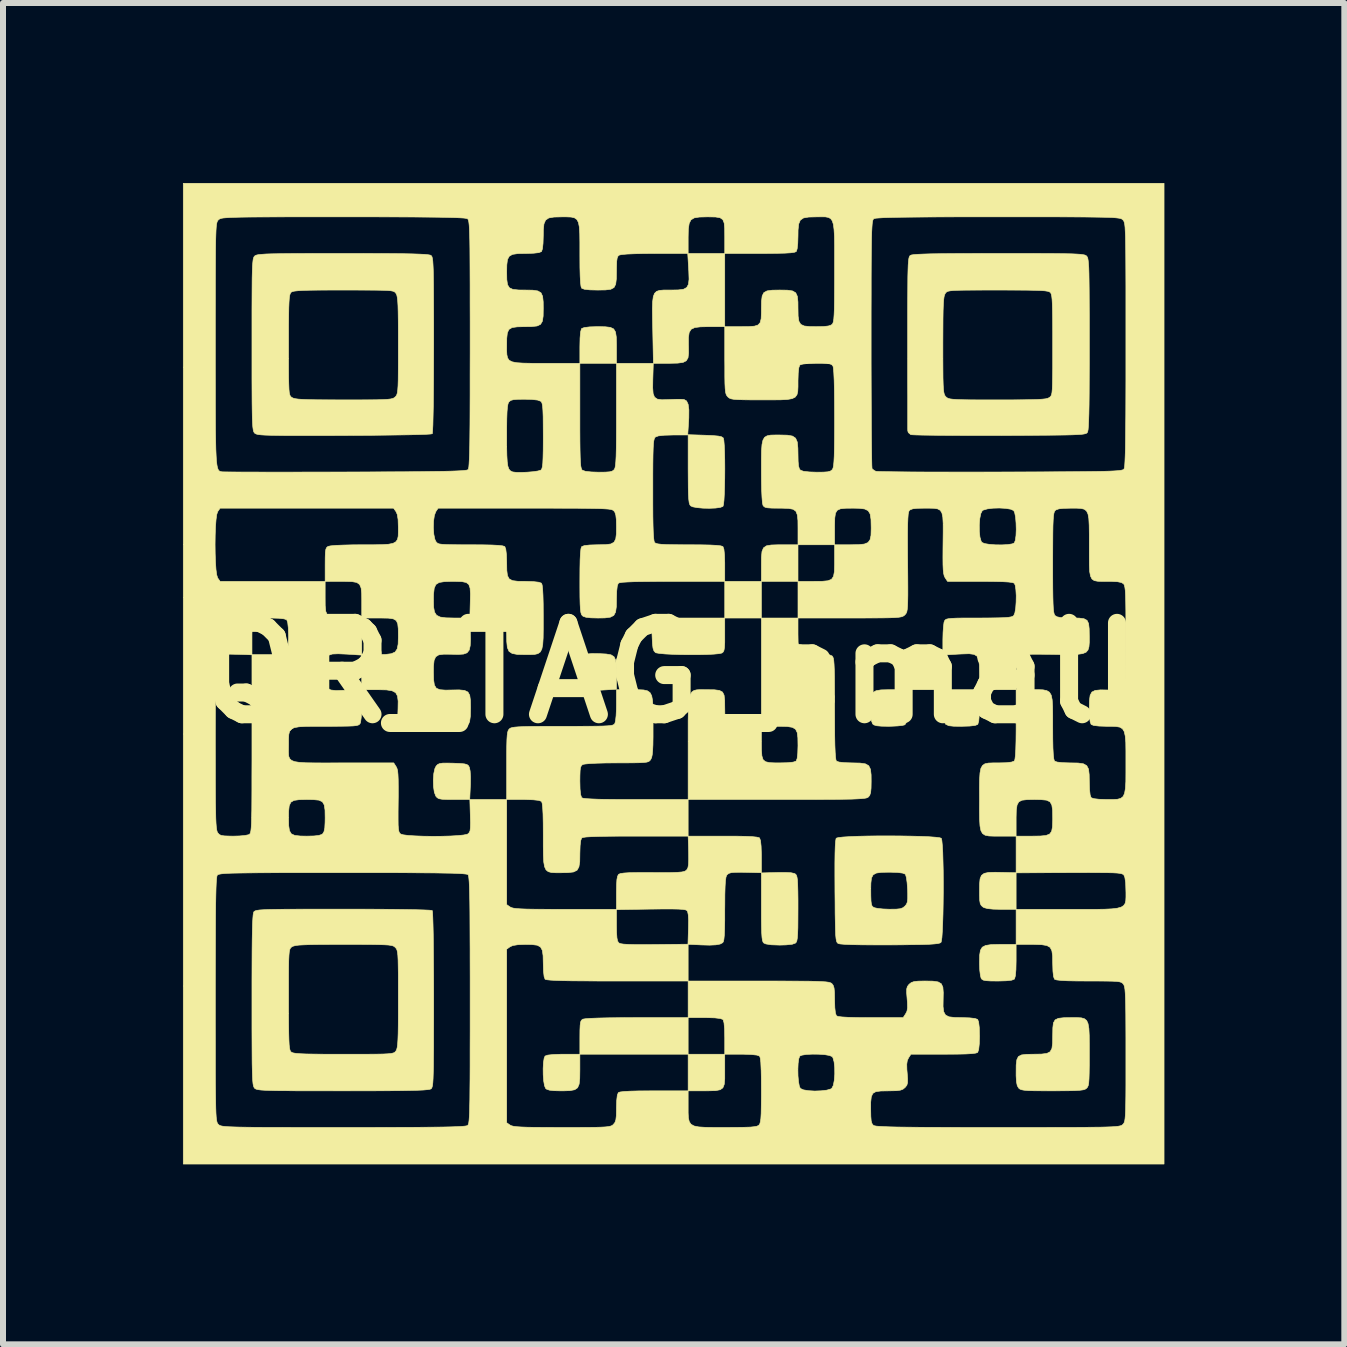
<source format=kicad_pcb>
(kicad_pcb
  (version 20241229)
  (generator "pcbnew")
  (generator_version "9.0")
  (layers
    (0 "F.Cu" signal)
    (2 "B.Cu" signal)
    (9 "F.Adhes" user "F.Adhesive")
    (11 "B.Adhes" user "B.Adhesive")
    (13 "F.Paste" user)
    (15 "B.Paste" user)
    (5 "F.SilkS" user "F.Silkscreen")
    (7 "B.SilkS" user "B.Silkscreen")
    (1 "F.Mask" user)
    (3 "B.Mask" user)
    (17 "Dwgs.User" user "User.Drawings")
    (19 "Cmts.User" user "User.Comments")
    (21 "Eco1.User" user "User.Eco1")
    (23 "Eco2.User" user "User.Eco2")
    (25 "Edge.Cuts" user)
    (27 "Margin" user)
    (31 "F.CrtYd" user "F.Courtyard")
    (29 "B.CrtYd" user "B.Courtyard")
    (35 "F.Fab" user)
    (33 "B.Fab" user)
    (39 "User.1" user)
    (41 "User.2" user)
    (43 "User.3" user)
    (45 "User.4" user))
  (footprint "QR_TAG_small"
    (layer "F.Cu")
    (at 8.167 8.167)
    (property "Reference" "QR_TAG_small" (at 0 0 0) (layer "F.SilkS") (effects (font (size 1.524 1.524) (thickness 0.3))))
    (attr through_hole)
    (fp_poly (pts (xy 1.475 -0.915) (xy 0.864 -0.915) (xy 0.864 -1.526) (xy 1.475 -1.526) (xy 1.475 -0.915)) (stroke (width 0.01) (type solid)) (fill yes) (layer "F.SilkS"))
    (fp_poly (pts (xy 0.864 6.635) (xy 0.864 6.766) (xy 0.856 6.857) (xy 0.833 6.916) (xy 0.788 6.948) (xy 0.713 6.963) (xy 0.599 6.966) (xy 0.51 6.967) (xy 0.254 6.967) (xy 0.254 6.356) (xy 0.864 6.356) (xy 0.864 6.635)) (stroke (width 0.01) (type solid)) (fill yes) (layer "F.SilkS"))
    (fp_poly (pts (xy 2.085 -1.526) (xy 1.475 -1.526) (xy 1.475 -1.791) (xy 1.476 -1.929) (xy 1.485 -2.024) (xy 1.51 -2.084) (xy 1.558 -2.118) (xy 1.638 -2.132) (xy 1.758 -2.136) (xy 1.82 -2.136) (xy 2.085 -2.136) (xy 2.085 -1.526)) (stroke (width 0.01) (type solid)) (fill yes) (layer "F.SilkS"))
    (fp_poly (pts (xy 4.222 -0.314) (xy 4.269 -0.311) (xy 4.5 -0.298) (xy 4.5 0.28) (xy 3.923 0.28) (xy 3.907 0.052) (xy 3.901 -0.097) (xy 3.909 -0.202) (xy 3.931 -0.269) (xy 3.97 -0.305) (xy 3.987 -0.311) (xy 4.034 -0.316) (xy 4.118 -0.317) (xy 4.222 -0.314)) (stroke (width 0.01) (type solid)) (fill yes) (layer "F.SilkS"))
    (fp_poly (pts (xy 0.254 6.356) (xy -1.551 6.356) (xy -1.551 6.078) (xy -1.55 5.954) (xy -1.546 5.871) (xy -1.539 5.82) (xy -1.525 5.79) (xy -1.504 5.773) (xy -1.502 5.772) (xy -1.461 5.765) (xy -1.372 5.758) (xy -1.238 5.753) (xy -1.061 5.749) (xy -0.843 5.747) (xy -0.599 5.746) (xy 0.254 5.746) (xy 0.254 6.356)) (stroke (width 0.01) (type solid)) (fill yes) (layer "F.SilkS"))
    (fp_poly (pts (xy -1.129 -5.77) (xy -1.043 -5.76) (xy -0.988 -5.734) (xy -0.957 -5.683) (xy -0.944 -5.6) (xy -0.941 -5.477) (xy -0.941 -5.427) (xy -0.941 -5.161) (xy -1.551 -5.161) (xy -1.551 -5.436) (xy -1.548 -5.583) (xy -1.539 -5.684) (xy -1.524 -5.737) (xy -1.52 -5.741) (xy -1.477 -5.757) (xy -1.389 -5.768) (xy -1.261 -5.772) (xy -1.255 -5.772) (xy -1.129 -5.77)) (stroke (width 0.01) (type solid)) (fill yes) (layer "F.SilkS"))
    (fp_poly (pts (xy 5.111 0.554) (xy 5.107 0.701) (xy 5.098 0.802) (xy 5.083 0.855) (xy 5.08 0.859) (xy 5.036 0.876) (xy 4.947 0.886) (xy 4.815 0.89) (xy 4.801 0.89) (xy 4.682 0.889) (xy 4.599 0.88) (xy 4.547 0.856) (xy 4.517 0.809) (xy 4.504 0.731) (xy 4.5 0.613) (xy 4.5 0.536) (xy 4.5 0.28) (xy 5.111 0.28) (xy 5.111 0.554)) (stroke (width 0.01) (type solid)) (fill yes) (layer "F.SilkS"))
    (fp_poly (pts (xy 5.524 3.326) (xy 5.721 3.331) (xy 5.721 3.941) (xy 5.472 3.941) (xy 5.339 3.938) (xy 5.248 3.929) (xy 5.188 3.913) (xy 5.167 3.901) (xy 5.14 3.877) (xy 5.123 3.845) (xy 5.114 3.791) (xy 5.111 3.705) (xy 5.111 3.639) (xy 5.112 3.519) (xy 5.12 3.433) (xy 5.143 3.376) (xy 5.188 3.342) (xy 5.261 3.326) (xy 5.371 3.323) (xy 5.524 3.326)) (stroke (width 0.01) (type solid)) (fill yes) (layer "F.SilkS"))
    (fp_poly (pts (xy -1.223 -0.321) (xy -1.11 -0.315) (xy -1.031 -0.301) (xy -0.982 -0.27) (xy -0.955 -0.214) (xy -0.943 -0.125) (xy -0.941 0.005) (xy -0.941 0.03) (xy -0.941 0.272) (xy -1.191 0.287) (xy -1.333 0.294) (xy -1.431 0.29) (xy -1.494 0.268) (xy -1.53 0.223) (xy -1.546 0.147) (xy -1.551 0.034) (xy -1.551 -0.014) (xy -1.548 -0.143) (xy -1.535 -0.232) (xy -1.503 -0.286) (xy -1.443 -0.314) (xy -1.349 -0.323) (xy -1.223 -0.321)) (stroke (width 0.01) (type solid)) (fill yes) (layer "F.SilkS"))
    (fp_poly (pts (xy -1.551 6.619) (xy -1.553 6.758) (xy -1.563 6.854) (xy -1.589 6.915) (xy -1.637 6.948) (xy -1.716 6.963) (xy -1.831 6.967) (xy -1.863 6.967) (xy -1.982 6.964) (xy -2.06 6.955) (xy -2.107 6.938) (xy -2.121 6.927) (xy -2.14 6.882) (xy -2.154 6.802) (xy -2.162 6.701) (xy -2.163 6.594) (xy -2.158 6.496) (xy -2.146 6.421) (xy -2.131 6.387) (xy -2.087 6.371) (xy -1.995 6.361) (xy -1.856 6.356) (xy -1.826 6.356) (xy -1.551 6.356) (xy -1.551 6.619)) (stroke (width 0.01) (type solid)) (fill yes) (layer "F.SilkS"))
    (fp_poly (pts (xy 3.911 0.56) (xy 3.906 0.693) (xy 3.897 0.782) (xy 3.885 0.837) (xy 3.867 0.863) (xy 3.865 0.865) (xy 3.823 0.876) (xy 3.745 0.884) (xy 3.644 0.889) (xy 3.594 0.89) (xy 3.476 0.888) (xy 3.398 0.881) (xy 3.351 0.867) (xy 3.329 0.85) (xy 3.309 0.797) (xy 3.299 0.696) (xy 3.297 0.579) (xy 3.299 0.461) (xy 3.309 0.379) (xy 3.335 0.327) (xy 3.386 0.297) (xy 3.468 0.283) (xy 3.59 0.28) (xy 3.657 0.28) (xy 3.92 0.28) (xy 3.911 0.56)) (stroke (width 0.01) (type solid)) (fill yes) (layer "F.SilkS"))
    (fp_poly (pts (xy 5.721 4.8) (xy 5.718 4.947) (xy 5.709 5.048) (xy 5.694 5.101) (xy 5.69 5.105) (xy 5.647 5.122) (xy 5.557 5.132) (xy 5.425 5.136) (xy 5.411 5.136) (xy 5.295 5.135) (xy 5.22 5.13) (xy 5.174 5.121) (xy 5.148 5.104) (xy 5.137 5.087) (xy 5.125 5.039) (xy 5.115 4.957) (xy 5.111 4.854) (xy 5.111 4.821) (xy 5.113 4.705) (xy 5.126 4.624) (xy 5.157 4.572) (xy 5.213 4.543) (xy 5.304 4.529) (xy 5.435 4.526) (xy 5.472 4.526) (xy 5.721 4.526) (xy 5.721 4.8)) (stroke (width 0.01) (type solid)) (fill yes) (layer "F.SilkS"))
    (fp_poly (pts (xy -3.662 1.505) (xy -3.549 1.51) (xy -3.477 1.516) (xy -3.434 1.527) (xy -3.409 1.545) (xy -3.393 1.574) (xy -3.393 1.576) (xy -3.38 1.635) (xy -3.374 1.732) (xy -3.375 1.854) (xy -3.376 1.875) (xy -3.387 2.11) (xy -3.65 2.11) (xy -3.769 2.109) (xy -3.848 2.106) (xy -3.898 2.097) (xy -3.928 2.081) (xy -3.95 2.057) (xy -3.952 2.054) (xy -3.977 1.989) (xy -3.991 1.893) (xy -3.994 1.784) (xy -3.986 1.677) (xy -3.967 1.592) (xy -3.947 1.553) (xy -3.922 1.527) (xy -3.89 1.512) (xy -3.84 1.504) (xy -3.759 1.503) (xy -3.662 1.505)) (stroke (width 0.01) (type solid)) (fill yes) (layer "F.SilkS"))
    (fp_poly (pts (xy 0.535 -3.962) (xy 0.667 -3.956) (xy 0.757 -3.948) (xy 0.811 -3.936) (xy 0.838 -3.918) (xy 0.84 -3.916) (xy 0.849 -3.876) (xy 0.856 -3.796) (xy 0.861 -3.685) (xy 0.864 -3.551) (xy 0.865 -3.405) (xy 0.864 -3.255) (xy 0.861 -3.111) (xy 0.857 -2.982) (xy 0.851 -2.877) (xy 0.843 -2.805) (xy 0.834 -2.776) (xy 0.79 -2.759) (xy 0.71 -2.748) (xy 0.61 -2.744) (xy 0.503 -2.746) (xy 0.404 -2.755) (xy 0.329 -2.769) (xy 0.294 -2.786) (xy 0.281 -2.806) (xy 0.271 -2.839) (xy 0.264 -2.893) (xy 0.259 -2.973) (xy 0.256 -3.086) (xy 0.255 -3.239) (xy 0.254 -3.398) (xy 0.254 -3.971) (xy 0.535 -3.962)) (stroke (width 0.01) (type solid)) (fill yes) (layer "F.SilkS"))
    (fp_poly (pts (xy 0.251 -0.915) (xy 0.293 -0.915) (xy 0.864 -0.915) (xy 0.864 -0.637) (xy 0.864 -0.513) (xy 0.86 -0.43) (xy 0.852 -0.379) (xy 0.838 -0.349) (xy 0.817 -0.332) (xy 0.815 -0.331) (xy 0.769 -0.321) (xy 0.683 -0.313) (xy 0.567 -0.307) (xy 0.43 -0.304) (xy 0.282 -0.304) (xy 0.133 -0.305) (xy -0.007 -0.31) (xy -0.13 -0.316) (xy -0.225 -0.325) (xy -0.282 -0.335) (xy -0.292 -0.34) (xy -0.316 -0.367) (xy -0.332 -0.413) (xy -0.341 -0.488) (xy -0.346 -0.588) (xy -0.35 -0.688) (xy -0.349 -0.765) (xy -0.338 -0.823) (xy -0.312 -0.863) (xy -0.265 -0.89) (xy -0.191 -0.906) (xy -0.084 -0.913) (xy 0.061 -0.915) (xy 0.251 -0.915)) (stroke (width 0.01) (type solid)) (fill yes) (layer "F.SilkS"))
    (fp_poly (pts (xy 1.969 3.331) (xy 2.025 3.343) (xy 2.044 3.354) (xy 2.058 3.371) (xy 2.068 3.402) (xy 2.076 3.452) (xy 2.08 3.529) (xy 2.083 3.639) (xy 2.085 3.788) (xy 2.085 3.928) (xy 2.084 4.111) (xy 2.083 4.249) (xy 2.079 4.35) (xy 2.074 4.419) (xy 2.066 4.464) (xy 2.055 4.49) (xy 2.044 4.503) (xy 1.989 4.523) (xy 1.885 4.534) (xy 1.78 4.537) (xy 1.64 4.532) (xy 1.55 4.518) (xy 1.516 4.503) (xy 1.502 4.486) (xy 1.492 4.456) (xy 1.485 4.407) (xy 1.48 4.333) (xy 1.477 4.227) (xy 1.475 4.082) (xy 1.475 3.9) (xy 1.475 3.334) (xy 1.739 3.327) (xy 1.876 3.326) (xy 1.969 3.331)) (stroke (width 0.01) (type solid)) (fill yes) (layer "F.SilkS"))
    (fp_poly (pts (xy 0.864 -5.772) (xy 0.598 -5.772) (xy 0.459 -5.769) (xy 0.363 -5.757) (xy 0.303 -5.728) (xy 0.271 -5.675) (xy 0.259 -5.59) (xy 0.259 -5.465) (xy 0.26 -5.443) (xy 0.261 -5.33) (xy 0.252 -5.253) (xy 0.223 -5.204) (xy 0.169 -5.176) (xy 0.08 -5.164) (xy -0.051 -5.161) (xy -0.079 -5.161) (xy -0.325 -5.161) (xy -0.336 -5.714) (xy -0.34 -5.916) (xy -0.342 -6.072) (xy -0.338 -6.189) (xy -0.327 -6.272) (xy -0.306 -6.327) (xy -0.272 -6.36) (xy -0.223 -6.376) (xy -0.156 -6.382) (xy -0.069 -6.382) (xy -0.039 -6.382) (xy 0.088 -6.384) (xy 0.175 -6.395) (xy 0.23 -6.424) (xy 0.259 -6.477) (xy 0.269 -6.562) (xy 0.265 -6.688) (xy 0.262 -6.742) (xy 0.247 -6.992) (xy 0.864 -6.992) (xy 0.864 -5.772)) (stroke (width 0.01) (type solid)) (fill yes) (layer "F.SilkS"))
    (fp_poly (pts (xy 6.736 5.746) (xy 6.808 5.75) (xy 6.86 5.765) (xy 6.897 5.795) (xy 6.92 5.847) (xy 6.934 5.928) (xy 6.94 6.042) (xy 6.941 6.196) (xy 6.941 6.361) (xy 6.941 6.538) (xy 6.939 6.671) (xy 6.936 6.768) (xy 6.931 6.834) (xy 6.923 6.878) (xy 6.911 6.905) (xy 6.895 6.924) (xy 6.895 6.924) (xy 6.873 6.939) (xy 6.839 6.95) (xy 6.786 6.957) (xy 6.707 6.962) (xy 6.595 6.965) (xy 6.443 6.966) (xy 6.327 6.967) (xy 6.149 6.966) (xy 6.016 6.965) (xy 5.92 6.962) (xy 5.853 6.956) (xy 5.81 6.948) (xy 5.782 6.936) (xy 5.764 6.921) (xy 5.763 6.92) (xy 5.74 6.88) (xy 5.727 6.816) (xy 5.721 6.717) (xy 5.721 6.664) (xy 5.722 6.535) (xy 5.733 6.448) (xy 5.759 6.395) (xy 5.811 6.368) (xy 5.895 6.358) (xy 6.012 6.356) (xy 6.144 6.354) (xy 6.233 6.343) (xy 6.288 6.315) (xy 6.318 6.26) (xy 6.329 6.172) (xy 6.331 6.041) (xy 6.331 6.038) (xy 6.333 5.916) (xy 6.343 5.834) (xy 6.371 5.784) (xy 6.425 5.758) (xy 6.512 5.748) (xy 6.642 5.746) (xy 6.643 5.746) (xy 6.736 5.746)) (stroke (width 0.01) (type solid)) (fill yes) (layer "F.SilkS"))
    (fp_poly (pts (xy 1.041 2.721) (xy 1.202 2.724) (xy 1.319 2.729) (xy 1.396 2.737) (xy 1.437 2.747) (xy 1.444 2.751) (xy 1.46 2.795) (xy 1.47 2.887) (xy 1.475 3.026) (xy 1.475 3.058) (xy 1.475 3.331) (xy 1.278 3.326) (xy 1.138 3.323) (xy 1.04 3.324) (xy 0.975 3.329) (xy 0.934 3.341) (xy 0.908 3.359) (xy 0.897 3.372) (xy 0.885 3.403) (xy 0.876 3.463) (xy 0.87 3.557) (xy 0.866 3.69) (xy 0.865 3.867) (xy 0.864 3.943) (xy 0.864 4.129) (xy 0.861 4.271) (xy 0.857 4.373) (xy 0.85 4.441) (xy 0.84 4.481) (xy 0.83 4.497) (xy 0.786 4.52) (xy 0.715 4.533) (xy 0.611 4.538) (xy 0.464 4.534) (xy 0.45 4.533) (xy 0.251 4.524) (xy 0.259 4.259) (xy 0.261 4.124) (xy 0.256 4.033) (xy 0.245 3.979) (xy 0.234 3.961) (xy 0.211 3.95) (xy 0.165 3.942) (xy 0.091 3.937) (xy -0.018 3.935) (xy -0.167 3.935) (xy -0.361 3.937) (xy -0.37 3.937) (xy -0.941 3.946) (xy -0.941 3.667) (xy -0.939 3.536) (xy -0.934 3.447) (xy -0.923 3.391) (xy -0.907 3.36) (xy -0.902 3.356) (xy -0.873 3.344) (xy -0.816 3.336) (xy -0.724 3.33) (xy -0.594 3.328) (xy -0.42 3.328) (xy -0.349 3.328) (xy -0.164 3.329) (xy -0.023 3.328) (xy 0.08 3.324) (xy 0.15 3.318) (xy 0.193 3.308) (xy 0.213 3.298) (xy 0.236 3.276) (xy 0.251 3.244) (xy 0.26 3.193) (xy 0.263 3.114) (xy 0.262 2.998) (xy 0.26 2.905) (xy 0.254 2.721) (xy 0.834 2.721) (xy 1.041 2.721)) (stroke (width 0.01) (type solid)) (fill yes) (layer "F.SilkS"))
    (fp_poly (pts (xy 3.798 2.718) (xy 3.974 2.721) (xy 4.134 2.725) (xy 4.272 2.731) (xy 4.379 2.739) (xy 4.449 2.748) (xy 4.474 2.757) (xy 4.483 2.794) (xy 4.491 2.874) (xy 4.498 2.989) (xy 4.502 3.133) (xy 4.506 3.298) (xy 4.507 3.476) (xy 4.507 3.66) (xy 4.505 3.843) (xy 4.502 4.017) (xy 4.497 4.174) (xy 4.491 4.308) (xy 4.484 4.411) (xy 4.474 4.475) (xy 4.468 4.493) (xy 4.449 4.503) (xy 4.413 4.512) (xy 4.355 4.518) (xy 4.269 4.524) (xy 4.15 4.528) (xy 3.995 4.53) (xy 3.797 4.533) (xy 3.622 4.534) (xy 3.373 4.534) (xy 3.163 4.533) (xy 2.994 4.53) (xy 2.868 4.525) (xy 2.788 4.518) (xy 2.76 4.512) (xy 2.746 4.504) (xy 2.735 4.49) (xy 2.726 4.467) (xy 2.719 4.427) (xy 2.713 4.368) (xy 2.71 4.282) (xy 2.707 4.165) (xy 2.704 4.012) (xy 2.703 3.818) (xy 2.701 3.638) (xy 2.701 3.59) (xy 3.298 3.59) (xy 3.299 3.717) (xy 3.302 3.803) (xy 3.309 3.857) (xy 3.321 3.888) (xy 3.341 3.905) (xy 3.363 3.915) (xy 3.415 3.926) (xy 3.501 3.935) (xy 3.603 3.939) (xy 3.617 3.939) (xy 3.722 3.938) (xy 3.79 3.931) (xy 3.835 3.914) (xy 3.867 3.888) (xy 3.893 3.857) (xy 3.908 3.818) (xy 3.914 3.761) (xy 3.914 3.671) (xy 3.912 3.609) (xy 3.904 3.498) (xy 3.892 3.411) (xy 3.877 3.36) (xy 3.872 3.354) (xy 3.829 3.337) (xy 3.743 3.326) (xy 3.619 3.322) (xy 3.611 3.322) (xy 3.48 3.324) (xy 3.392 3.336) (xy 3.338 3.365) (xy 3.31 3.418) (xy 3.3 3.503) (xy 3.298 3.59) (xy 2.701 3.59) (xy 2.7 3.381) (xy 2.7 3.173) (xy 2.702 3.009) (xy 2.706 2.889) (xy 2.712 2.808) (xy 2.719 2.764) (xy 2.723 2.755) (xy 2.757 2.745) (xy 2.834 2.736) (xy 2.947 2.729) (xy 3.09 2.723) (xy 3.253 2.719) (xy 3.431 2.717) (xy 3.615 2.717) (xy 3.798 2.718)) (stroke (width 0.01) (type solid)) (fill yes) (layer "F.SilkS"))
    (fp_poly (pts (xy 2.085 -0.649) (xy 2.087 -0.51) (xy 2.099 -0.414) (xy 2.128 -0.354) (xy 2.181 -0.321) (xy 2.266 -0.309) (xy 2.389 -0.31) (xy 2.408 -0.311) (xy 2.531 -0.311) (xy 2.611 -0.301) (xy 2.653 -0.283) (xy 2.664 -0.269) (xy 2.674 -0.245) (xy 2.681 -0.207) (xy 2.686 -0.147) (xy 2.69 -0.063) (xy 2.693 0.053) (xy 2.694 0.204) (xy 2.695 0.397) (xy 2.695 0.596) (xy 2.696 0.845) (xy 2.697 1.047) (xy 2.7 1.205) (xy 2.705 1.323) (xy 2.711 1.404) (xy 2.718 1.452) (xy 2.726 1.47) (xy 2.769 1.486) (xy 2.857 1.496) (xy 2.984 1.5) (xy 2.989 1.5) (xy 3.12 1.503) (xy 3.209 1.516) (xy 3.264 1.547) (xy 3.293 1.606) (xy 3.304 1.699) (xy 3.305 1.81) (xy 3.303 1.922) (xy 3.296 1.994) (xy 3.281 2.04) (xy 3.259 2.068) (xy 3.245 2.077) (xy 3.224 2.085) (xy 3.19 2.091) (xy 3.14 2.096) (xy 3.071 2.1) (xy 2.977 2.104) (xy 2.856 2.106) (xy 2.703 2.108) (xy 2.514 2.109) (xy 2.286 2.11) (xy 2.014 2.11) (xy 1.733 2.11) (xy 0.254 2.11) (xy 0.254 1.246) (xy 0.254 0.998) (xy 0.254 0.797) (xy 0.257 0.637) (xy 0.263 0.514) (xy 0.273 0.423) (xy 0.291 0.359) (xy 0.317 0.317) (xy 0.352 0.293) (xy 0.398 0.282) (xy 0.456 0.279) (xy 0.529 0.28) (xy 0.561 0.28) (xy 0.689 0.281) (xy 0.775 0.292) (xy 0.827 0.319) (xy 0.853 0.371) (xy 0.863 0.456) (xy 0.864 0.562) (xy 0.866 0.695) (xy 0.874 0.787) (xy 0.898 0.844) (xy 0.946 0.875) (xy 1.026 0.887) (xy 1.146 0.89) (xy 1.196 0.89) (xy 1.475 0.89) (xy 1.475 1.146) (xy 1.476 1.286) (xy 1.483 1.383) (xy 1.503 1.446) (xy 1.543 1.48) (xy 1.61 1.496) (xy 1.71 1.5) (xy 1.776 1.5) (xy 1.911 1.497) (xy 2.005 1.487) (xy 2.052 1.471) (xy 2.054 1.47) (xy 2.071 1.426) (xy 2.081 1.339) (xy 2.085 1.213) (xy 2.085 1.211) (xy 2.083 1.083) (xy 2.072 0.994) (xy 2.044 0.938) (xy 1.991 0.907) (xy 1.905 0.893) (xy 1.778 0.89) (xy 1.738 0.89) (xy 1.475 0.89) (xy 1.475 -0.915) (xy 2.085 -0.915) (xy 2.085 -0.649)) (stroke (width 0.01) (type solid)) (fill yes) (layer "F.SilkS"))
    (fp_poly (pts (xy -0.574 0.28) (xy -0.489 0.284) (xy -0.426 0.298) (xy -0.382 0.328) (xy -0.354 0.381) (xy -0.339 0.461) (xy -0.332 0.576) (xy -0.33 0.731) (xy -0.331 0.884) (xy -0.331 1.064) (xy -0.333 1.199) (xy -0.338 1.298) (xy -0.345 1.366) (xy -0.355 1.412) (xy -0.369 1.441) (xy -0.37 1.444) (xy -0.385 1.463) (xy -0.404 1.477) (xy -0.435 1.487) (xy -0.484 1.493) (xy -0.558 1.497) (xy -0.664 1.499) (xy -0.81 1.5) (xy -0.931 1.5) (xy -1.111 1.501) (xy -1.265 1.505) (xy -1.386 1.511) (xy -1.467 1.519) (xy -1.502 1.526) (xy -1.525 1.544) (xy -1.539 1.575) (xy -1.547 1.628) (xy -1.55 1.714) (xy -1.551 1.801) (xy -1.548 1.936) (xy -1.538 2.03) (xy -1.522 2.078) (xy -1.52 2.08) (xy -1.497 2.089) (xy -1.443 2.096) (xy -1.356 2.101) (xy -1.232 2.106) (xy -1.067 2.108) (xy -0.859 2.11) (xy -0.618 2.11) (xy 0.254 2.11) (xy 0.254 2.721) (xy -0.618 2.721) (xy -0.871 2.721) (xy -1.078 2.723) (xy -1.24 2.726) (xy -1.362 2.73) (xy -1.447 2.735) (xy -1.499 2.743) (xy -1.52 2.751) (xy -1.537 2.794) (xy -1.547 2.882) (xy -1.551 3.009) (xy -1.551 3.014) (xy -1.553 3.146) (xy -1.567 3.234) (xy -1.598 3.289) (xy -1.656 3.318) (xy -1.749 3.329) (xy -1.86 3.331) (xy -1.954 3.331) (xy -2.025 3.327) (xy -2.078 3.313) (xy -2.115 3.283) (xy -2.139 3.232) (xy -2.153 3.153) (xy -2.159 3.041) (xy -2.161 2.89) (xy -2.161 2.705) (xy -2.162 2.505) (xy -2.165 2.353) (xy -2.171 2.244) (xy -2.179 2.175) (xy -2.19 2.142) (xy -2.192 2.141) (xy -2.235 2.125) (xy -2.328 2.115) (xy -2.466 2.11) (xy -2.497 2.11) (xy -2.771 2.11) (xy -2.771 1.542) (xy -2.771 1.357) (xy -2.77 1.215) (xy -2.767 1.111) (xy -2.762 1.038) (xy -2.755 0.99) (xy -2.745 0.958) (xy -2.731 0.938) (xy -2.725 0.932) (xy -2.708 0.92) (xy -2.68 0.911) (xy -2.638 0.904) (xy -2.575 0.899) (xy -2.487 0.895) (xy -2.367 0.892) (xy -2.212 0.891) (xy -2.014 0.89) (xy -1.836 0.89) (xy -1.606 0.89) (xy -1.423 0.889) (xy -1.279 0.888) (xy -1.171 0.886) (xy -1.092 0.882) (xy -1.038 0.877) (xy -1.004 0.87) (xy -0.983 0.86) (xy -0.972 0.848) (xy -0.967 0.841) (xy -0.956 0.795) (xy -0.947 0.712) (xy -0.942 0.606) (xy -0.941 0.532) (xy -0.941 0.28) (xy -0.686 0.28) (xy -0.574 0.28)) (stroke (width 0.01) (type solid)) (fill yes) (layer "F.SilkS"))
    (fp_poly (pts (xy -5.494 3.938) (xy -5.194 3.938) (xy -4.92 3.939) (xy -4.676 3.941) (xy -4.464 3.944) (xy -4.29 3.947) (xy -4.154 3.951) (xy -4.062 3.955) (xy -4.016 3.96) (xy -4.012 3.961) (xy -4.007 3.991) (xy -4.003 4.069) (xy -3.999 4.19) (xy -3.995 4.353) (xy -3.993 4.552) (xy -3.991 4.786) (xy -3.989 5.051) (xy -3.988 5.343) (xy -3.988 5.443) (xy -3.988 5.753) (xy -3.989 6.016) (xy -3.989 6.236) (xy -3.991 6.417) (xy -3.992 6.563) (xy -3.995 6.677) (xy -3.998 6.765) (xy -4.002 6.829) (xy -4.007 6.874) (xy -4.014 6.903) (xy -4.022 6.922) (xy -4.031 6.932) (xy -4.033 6.934) (xy -4.053 6.941) (xy -4.094 6.947) (xy -4.159 6.953) (xy -4.252 6.957) (xy -4.376 6.96) (xy -4.535 6.963) (xy -4.731 6.965) (xy -4.969 6.966) (xy -5.252 6.966) (xy -5.506 6.967) (xy -5.812 6.966) (xy -6.071 6.966) (xy -6.287 6.966) (xy -6.465 6.964) (xy -6.608 6.963) (xy -6.72 6.96) (xy -6.805 6.957) (xy -6.868 6.953) (xy -6.912 6.947) (xy -6.942 6.94) (xy -6.961 6.932) (xy -6.973 6.923) (xy -6.975 6.92) (xy -6.984 6.906) (xy -6.992 6.884) (xy -6.999 6.85) (xy -7.004 6.8) (xy -7.008 6.729) (xy -7.011 6.634) (xy -7.014 6.511) (xy -7.015 6.355) (xy -7.016 6.163) (xy -7.017 5.931) (xy -7.017 5.655) (xy -7.017 5.45) (xy -7.017 5.441) (xy -6.407 5.441) (xy -6.407 5.673) (xy -6.406 5.859) (xy -6.404 6.005) (xy -6.401 6.115) (xy -6.397 6.196) (xy -6.391 6.252) (xy -6.383 6.288) (xy -6.373 6.309) (xy -6.367 6.316) (xy -6.351 6.327) (xy -6.322 6.336) (xy -6.277 6.343) (xy -6.209 6.348) (xy -6.114 6.352) (xy -5.986 6.354) (xy -5.82 6.356) (xy -5.611 6.356) (xy -5.492 6.356) (xy -5.264 6.356) (xy -5.081 6.356) (xy -4.939 6.355) (xy -4.831 6.353) (xy -4.753 6.349) (xy -4.699 6.344) (xy -4.663 6.336) (xy -4.641 6.327) (xy -4.627 6.314) (xy -4.616 6.3) (xy -4.605 6.278) (xy -4.596 6.243) (xy -4.589 6.191) (xy -4.584 6.115) (xy -4.58 6.011) (xy -4.578 5.874) (xy -4.577 5.697) (xy -4.577 5.475) (xy -4.577 5.435) (xy -4.577 5.211) (xy -4.577 5.032) (xy -4.579 4.893) (xy -4.581 4.788) (xy -4.585 4.711) (xy -4.591 4.658) (xy -4.599 4.622) (xy -4.609 4.599) (xy -4.622 4.582) (xy -4.627 4.577) (xy -4.644 4.562) (xy -4.664 4.551) (xy -4.695 4.543) (xy -4.742 4.536) (xy -4.81 4.532) (xy -4.905 4.529) (xy -5.033 4.527) (xy -5.198 4.526) (xy -5.406 4.526) (xy -5.486 4.526) (xy -5.715 4.526) (xy -5.899 4.527) (xy -6.043 4.529) (xy -6.152 4.533) (xy -6.231 4.537) (xy -6.287 4.544) (xy -6.324 4.553) (xy -6.348 4.563) (xy -6.351 4.565) (xy -6.366 4.577) (xy -6.378 4.592) (xy -6.388 4.615) (xy -6.395 4.652) (xy -6.4 4.707) (xy -6.404 4.788) (xy -6.406 4.898) (xy -6.407 5.043) (xy -6.407 5.229) (xy -6.407 5.441) (xy -7.017 5.441) (xy -7.017 5.131) (xy -7.016 4.859) (xy -7.015 4.631) (xy -7.013 4.444) (xy -7.01 4.293) (xy -7.007 4.177) (xy -7.002 4.091) (xy -6.997 4.032) (xy -6.99 3.996) (xy -6.985 3.982) (xy -6.975 3.973) (xy -6.959 3.965) (xy -6.932 3.958) (xy -6.891 3.952) (xy -6.831 3.948) (xy -6.749 3.944) (xy -6.641 3.942) (xy -6.502 3.94) (xy -6.329 3.939) (xy -6.118 3.938) (xy -5.864 3.938) (xy -5.565 3.938) (xy -5.494 3.938)) (stroke (width 0.01) (type solid)) (fill yes) (layer "F.SilkS"))
    (fp_poly (pts (xy 5.735 -6.992) (xy 5.995 -6.992) (xy 6.211 -6.991) (xy 6.389 -6.99) (xy 6.532 -6.988) (xy 6.644 -6.986) (xy 6.729 -6.982) (xy 6.792 -6.978) (xy 6.836 -6.972) (xy 6.866 -6.966) (xy 6.884 -6.958) (xy 6.897 -6.948) (xy 6.899 -6.945) (xy 6.908 -6.932) (xy 6.916 -6.91) (xy 6.922 -6.876) (xy 6.927 -6.825) (xy 6.932 -6.754) (xy 6.935 -6.659) (xy 6.937 -6.536) (xy 6.939 -6.38) (xy 6.94 -6.189) (xy 6.941 -5.956) (xy 6.941 -5.68) (xy 6.941 -5.476) (xy 6.941 -5.156) (xy 6.94 -4.884) (xy 6.939 -4.656) (xy 6.937 -4.468) (xy 6.934 -4.318) (xy 6.93 -4.202) (xy 6.926 -4.116) (xy 6.921 -4.056) (xy 6.914 -4.021) (xy 6.908 -4.008) (xy 6.899 -3.998) (xy 6.882 -3.99) (xy 6.855 -3.983) (xy 6.813 -3.977) (xy 6.751 -3.973) (xy 6.668 -3.969) (xy 6.557 -3.966) (xy 6.416 -3.964) (xy 6.239 -3.962) (xy 6.025 -3.961) (xy 5.767 -3.959) (xy 5.463 -3.958) (xy 5.445 -3.958) (xy 5.179 -3.958) (xy 4.927 -3.958) (xy 4.694 -3.959) (xy 4.485 -3.96) (xy 4.305 -3.962) (xy 4.158 -3.964) (xy 4.049 -3.967) (xy 3.983 -3.97) (xy 3.965 -3.972) (xy 3.924 -4.006) (xy 3.915 -4.035) (xy 3.914 -4.069) (xy 3.914 -4.148) (xy 3.914 -4.269) (xy 3.914 -4.426) (xy 3.914 -4.615) (xy 3.913 -4.832) (xy 3.913 -5.07) (xy 3.913 -5.327) (xy 3.913 -5.461) (xy 4.5 -5.461) (xy 4.5 -5.236) (xy 4.501 -5.057) (xy 4.502 -4.918) (xy 4.505 -4.813) (xy 4.509 -4.737) (xy 4.515 -4.683) (xy 4.523 -4.648) (xy 4.533 -4.624) (xy 4.546 -4.607) (xy 4.551 -4.602) (xy 4.567 -4.588) (xy 4.588 -4.577) (xy 4.619 -4.568) (xy 4.666 -4.562) (xy 4.734 -4.557) (xy 4.829 -4.554) (xy 4.956 -4.552) (xy 5.121 -4.551) (xy 5.33 -4.551) (xy 5.41 -4.551) (xy 5.639 -4.551) (xy 5.823 -4.553) (xy 5.967 -4.555) (xy 6.076 -4.558) (xy 6.155 -4.563) (xy 6.211 -4.569) (xy 6.248 -4.578) (xy 6.272 -4.589) (xy 6.274 -4.591) (xy 6.29 -4.602) (xy 6.302 -4.617) (xy 6.312 -4.64) (xy 6.319 -4.677) (xy 6.324 -4.733) (xy 6.327 -4.813) (xy 6.329 -4.923) (xy 6.331 -5.069) (xy 6.331 -5.255) (xy 6.331 -5.466) (xy 6.331 -5.698) (xy 6.33 -5.884) (xy 6.328 -6.03) (xy 6.325 -6.141) (xy 6.321 -6.221) (xy 6.315 -6.277) (xy 6.307 -6.313) (xy 6.297 -6.335) (xy 6.291 -6.342) (xy 6.274 -6.353) (xy 6.246 -6.362) (xy 6.201 -6.369) (xy 6.133 -6.374) (xy 6.038 -6.377) (xy 5.91 -6.38) (xy 5.744 -6.381) (xy 5.535 -6.382) (xy 5.415 -6.382) (xy 5.187 -6.382) (xy 5.005 -6.381) (xy 4.862 -6.38) (xy 4.755 -6.378) (xy 4.677 -6.375) (xy 4.622 -6.369) (xy 4.587 -6.362) (xy 4.565 -6.352) (xy 4.551 -6.34) (xy 4.54 -6.325) (xy 4.529 -6.303) (xy 4.52 -6.269) (xy 4.513 -6.216) (xy 4.508 -6.141) (xy 4.504 -6.037) (xy 4.502 -5.899) (xy 4.501 -5.722) (xy 4.5 -5.5) (xy 4.5 -5.461) (xy 3.913 -5.461) (xy 3.913 -5.504) (xy 3.913 -5.81) (xy 3.913 -6.068) (xy 3.914 -6.285) (xy 3.915 -6.462) (xy 3.916 -6.604) (xy 3.919 -6.715) (xy 3.922 -6.8) (xy 3.927 -6.862) (xy 3.932 -6.904) (xy 3.939 -6.932) (xy 3.947 -6.949) (xy 3.956 -6.959) (xy 3.957 -6.959) (xy 3.977 -6.967) (xy 4.018 -6.973) (xy 4.084 -6.978) (xy 4.177 -6.982) (xy 4.301 -6.986) (xy 4.46 -6.988) (xy 4.657 -6.99) (xy 4.896 -6.991) (xy 5.179 -6.992) (xy 5.429 -6.992) (xy 5.735 -6.992)) (stroke (width 0.01) (type solid)) (fill yes) (layer "F.SilkS"))
    (fp_poly (pts (xy -5.182 -6.992) (xy -4.91 -6.991) (xy -4.682 -6.99) (xy -4.494 -6.988) (xy -4.344 -6.985) (xy -4.228 -6.981) (xy -4.142 -6.977) (xy -4.082 -6.971) (xy -4.047 -6.965) (xy -4.033 -6.959) (xy -4.024 -6.95) (xy -4.015 -6.934) (xy -4.009 -6.907) (xy -4.003 -6.866) (xy -3.999 -6.806) (xy -3.995 -6.724) (xy -3.993 -6.615) (xy -3.991 -6.476) (xy -3.99 -6.303) (xy -3.989 -6.092) (xy -3.988 -5.839) (xy -3.988 -5.54) (xy -3.988 -5.468) (xy -3.989 -5.17) (xy -3.99 -4.897) (xy -3.992 -4.653) (xy -3.994 -4.442) (xy -3.998 -4.267) (xy -4.001 -4.131) (xy -4.006 -4.038) (xy -4.01 -3.991) (xy -4.012 -3.987) (xy -4.042 -3.982) (xy -4.119 -3.977) (xy -4.24 -3.973) (xy -4.401 -3.969) (xy -4.598 -3.966) (xy -4.828 -3.963) (xy -5.088 -3.96) (xy -5.373 -3.959) (xy -5.482 -3.958) (xy -5.791 -3.957) (xy -6.053 -3.957) (xy -6.272 -3.957) (xy -6.452 -3.957) (xy -6.597 -3.959) (xy -6.711 -3.961) (xy -6.799 -3.964) (xy -6.863 -3.968) (xy -6.909 -3.973) (xy -6.939 -3.98) (xy -6.959 -3.988) (xy -6.972 -3.997) (xy -6.973 -3.998) (xy -6.982 -4.01) (xy -6.991 -4.029) (xy -6.997 -4.059) (xy -7.003 -4.103) (xy -7.007 -4.166) (xy -7.011 -4.252) (xy -7.013 -4.365) (xy -7.015 -4.508) (xy -7.016 -4.686) (xy -7.017 -4.902) (xy -7.017 -5.161) (xy -7.017 -5.466) (xy -6.407 -5.466) (xy -6.407 -5.238) (xy -6.407 -5.056) (xy -6.406 -4.913) (xy -6.403 -4.806) (xy -6.4 -4.728) (xy -6.395 -4.673) (xy -6.387 -4.638) (xy -6.378 -4.616) (xy -6.365 -4.601) (xy -6.351 -4.591) (xy -6.329 -4.58) (xy -6.294 -4.571) (xy -6.242 -4.564) (xy -6.166 -4.559) (xy -6.062 -4.555) (xy -5.925 -4.553) (xy -5.747 -4.552) (xy -5.526 -4.551) (xy -5.486 -4.551) (xy -5.262 -4.551) (xy -5.083 -4.552) (xy -4.944 -4.553) (xy -4.839 -4.556) (xy -4.762 -4.56) (xy -4.709 -4.566) (xy -4.673 -4.574) (xy -4.65 -4.584) (xy -4.633 -4.597) (xy -4.627 -4.602) (xy -4.613 -4.618) (xy -4.602 -4.639) (xy -4.593 -4.67) (xy -4.587 -4.717) (xy -4.582 -4.785) (xy -4.579 -4.88) (xy -4.578 -5.007) (xy -4.577 -5.172) (xy -4.577 -5.381) (xy -4.577 -5.461) (xy -4.577 -5.69) (xy -4.578 -5.874) (xy -4.58 -6.018) (xy -4.583 -6.126) (xy -4.588 -6.206) (xy -4.595 -6.262) (xy -4.603 -6.299) (xy -4.614 -6.322) (xy -4.616 -6.325) (xy -4.628 -6.341) (xy -4.643 -6.353) (xy -4.666 -6.363) (xy -4.702 -6.37) (xy -4.758 -6.375) (xy -4.839 -6.378) (xy -4.949 -6.38) (xy -5.094 -6.381) (xy -5.28 -6.382) (xy -5.492 -6.382) (xy -5.723 -6.382) (xy -5.91 -6.381) (xy -6.056 -6.379) (xy -6.166 -6.376) (xy -6.247 -6.371) (xy -6.303 -6.365) (xy -6.339 -6.358) (xy -6.36 -6.348) (xy -6.367 -6.342) (xy -6.378 -6.325) (xy -6.387 -6.297) (xy -6.394 -6.252) (xy -6.399 -6.184) (xy -6.403 -6.088) (xy -6.405 -5.96) (xy -6.407 -5.795) (xy -6.407 -5.586) (xy -6.407 -5.466) (xy -7.017 -5.466) (xy -7.017 -5.467) (xy -7.017 -5.475) (xy -7.017 -5.782) (xy -7.017 -6.042) (xy -7.016 -6.259) (xy -7.015 -6.437) (xy -7.014 -6.58) (xy -7.011 -6.693) (xy -7.008 -6.779) (xy -7.003 -6.842) (xy -6.998 -6.886) (xy -6.991 -6.916) (xy -6.983 -6.935) (xy -6.974 -6.947) (xy -6.971 -6.95) (xy -6.957 -6.959) (xy -6.935 -6.967) (xy -6.901 -6.973) (xy -6.851 -6.978) (xy -6.78 -6.983) (xy -6.685 -6.986) (xy -6.561 -6.988) (xy -6.406 -6.99) (xy -6.214 -6.991) (xy -5.982 -6.992) (xy -5.706 -6.992) (xy -5.501 -6.992) (xy -5.182 -6.992)) (stroke (width 0.01) (type solid)) (fill yes) (layer "F.SilkS"))
    (fp_poly (pts (xy 8.187 8.187) (xy -8.162 8.187) (xy -8.162 5.446) (xy -7.628 5.446) (xy -7.628 5.815) (xy -7.627 6.136) (xy -7.627 6.413) (xy -7.627 6.649) (xy -7.626 6.848) (xy -7.624 7.013) (xy -7.622 7.148) (xy -7.62 7.255) (xy -7.617 7.338) (xy -7.613 7.401) (xy -7.608 7.446) (xy -7.602 7.478) (xy -7.596 7.499) (xy -7.588 7.513) (xy -7.579 7.524) (xy -7.577 7.526) (xy -7.567 7.535) (xy -7.553 7.543) (xy -7.534 7.55) (xy -7.505 7.556) (xy -7.462 7.561) (xy -7.403 7.565) (xy -7.325 7.568) (xy -7.223 7.571) (xy -7.095 7.573) (xy -6.936 7.575) (xy -6.745 7.576) (xy -6.517 7.576) (xy -6.248 7.577) (xy -5.937 7.577) (xy -5.578 7.577) (xy -5.497 7.577) (xy -5.11 7.577) (xy -4.772 7.576) (xy -4.479 7.575) (xy -4.228 7.574) (xy -4.018 7.572) (xy -3.844 7.57) (xy -3.704 7.567) (xy -3.596 7.563) (xy -3.516 7.559) (xy -3.463 7.554) (xy -3.432 7.548) (xy -3.424 7.545) (xy -3.416 7.537) (xy -3.409 7.522) (xy -3.403 7.497) (xy -3.398 7.458) (xy -3.394 7.404) (xy -3.39 7.33) (xy -3.388 7.232) (xy -3.385 7.108) (xy -3.384 6.955) (xy -3.382 6.768) (xy -3.381 6.546) (xy -3.381 6.284) (xy -3.38 5.979) (xy -3.38 5.628) (xy -3.38 5.455) (xy -3.38 5.073) (xy -3.381 4.738) (xy -3.381 4.605) (xy -2.771 4.605) (xy -2.771 7.498) (xy -2.715 7.537) (xy -2.693 7.548) (xy -2.658 7.557) (xy -2.606 7.564) (xy -2.53 7.569) (xy -2.426 7.573) (xy -2.289 7.575) (xy -2.112 7.576) (xy -1.89 7.577) (xy -1.85 7.577) (xy -1.626 7.577) (xy -1.447 7.576) (xy -1.308 7.575) (xy -1.203 7.572) (xy -1.126 7.568) (xy -1.073 7.562) (xy -1.037 7.554) (xy -1.014 7.544) (xy -0.997 7.531) (xy -0.992 7.526) (xy -0.966 7.493) (xy -0.951 7.449) (xy -0.943 7.38) (xy -0.941 7.276) (xy -0.941 7.251) (xy -0.937 7.127) (xy -0.927 7.04) (xy -0.91 6.997) (xy -0.91 6.997) (xy -0.882 6.986) (xy -0.818 6.978) (xy -0.716 6.972) (xy -0.572 6.968) (xy -0.381 6.967) (xy -0.313 6.967) (xy 0.254 6.967) (xy 0.254 7.221) (xy 0.254 7.332) (xy 0.258 7.417) (xy 0.272 7.479) (xy 0.301 7.523) (xy 0.352 7.552) (xy 0.431 7.568) (xy 0.543 7.575) (xy 0.694 7.577) (xy 0.875 7.577) (xy 1.055 7.576) (xy 1.191 7.574) (xy 1.29 7.571) (xy 1.357 7.564) (xy 1.401 7.556) (xy 1.427 7.543) (xy 1.435 7.537) (xy 1.448 7.517) (xy 1.458 7.482) (xy 1.466 7.427) (xy 1.471 7.344) (xy 1.473 7.228) (xy 1.475 7.071) (xy 1.475 6.957) (xy 1.474 6.756) (xy 1.471 6.611) (xy 2.083 6.611) (xy 2.085 6.718) (xy 2.094 6.816) (xy 2.108 6.892) (xy 2.125 6.927) (xy 2.175 6.95) (xy 2.259 6.964) (xy 2.363 6.97) (xy 2.47 6.966) (xy 2.565 6.955) (xy 2.633 6.935) (xy 2.649 6.924) (xy 2.674 6.875) (xy 2.69 6.791) (xy 2.698 6.688) (xy 2.697 6.581) (xy 2.687 6.485) (xy 2.668 6.416) (xy 2.655 6.396) (xy 2.61 6.377) (xy 2.53 6.363) (xy 2.43 6.356) (xy 2.323 6.355) (xy 2.224 6.36) (xy 2.15 6.372) (xy 2.115 6.387) (xy 2.098 6.431) (xy 2.087 6.511) (xy 2.083 6.611) (xy 1.471 6.611) (xy 1.47 6.603) (xy 1.465 6.493) (xy 1.457 6.423) (xy 1.446 6.389) (xy 1.444 6.387) (xy 1.4 6.371) (xy 1.308 6.361) (xy 1.17 6.356) (xy 1.139 6.356) (xy 0.864 6.356) (xy 0.864 6.082) (xy 0.861 5.935) (xy 0.852 5.834) (xy 0.837 5.781) (xy 0.834 5.777) (xy 0.79 5.761) (xy 0.698 5.75) (xy 0.56 5.746) (xy 0.529 5.746) (xy 0.254 5.746) (xy 0.254 5.136) (xy -0.923 5.136) (xy -1.218 5.136) (xy -1.466 5.134) (xy -1.669 5.133) (xy -1.831 5.13) (xy -1.954 5.126) (xy -2.043 5.121) (xy -2.099 5.115) (xy -2.128 5.108) (xy -2.131 5.105) (xy -2.147 5.062) (xy -2.157 4.975) (xy -2.161 4.849) (xy -2.161 4.847) (xy -2.164 4.714) (xy -2.177 4.624) (xy -2.207 4.569) (xy -2.262 4.539) (xy -2.35 4.528) (xy -2.452 4.526) (xy -2.581 4.53) (xy -2.668 4.544) (xy -2.715 4.565) (xy -2.771 4.605) (xy -3.381 4.605) (xy -3.382 4.448) (xy -3.383 4.2) (xy -3.384 3.991) (xy -3.386 3.818) (xy -3.389 3.678) (xy -3.392 3.568) (xy -3.396 3.485) (xy -3.401 3.426) (xy -3.406 3.387) (xy -3.412 3.367) (xy -3.414 3.363) (xy -3.428 3.357) (xy -3.459 3.352) (xy -3.51 3.347) (xy -3.584 3.343) (xy -3.683 3.339) (xy -3.811 3.337) (xy -3.971 3.334) (xy -4.166 3.333) (xy -4.399 3.331) (xy -4.672 3.33) (xy -4.989 3.33) (xy -5.353 3.33) (xy -5.506 3.33) (xy -5.879 3.33) (xy -6.204 3.33) (xy -6.485 3.33) (xy -6.725 3.331) (xy -6.927 3.332) (xy -7.094 3.334) (xy -7.231 3.336) (xy -7.34 3.338) (xy -7.424 3.341) (xy -7.487 3.345) (xy -7.532 3.35) (xy -7.563 3.356) (xy -7.582 3.362) (xy -7.593 3.369) (xy -7.596 3.373) (xy -7.602 3.392) (xy -7.607 3.432) (xy -7.612 3.496) (xy -7.616 3.588) (xy -7.619 3.709) (xy -7.622 3.863) (xy -7.624 4.053) (xy -7.625 4.28) (xy -7.626 4.549) (xy -7.627 4.861) (xy -7.628 5.22) (xy -7.628 5.446) (xy -8.162 5.446) (xy -8.162 1.194) (xy -7.628 1.194) (xy -7.627 1.502) (xy -7.627 1.763) (xy -7.626 1.982) (xy -7.625 2.161) (xy -7.622 2.305) (xy -7.62 2.419) (xy -7.616 2.505) (xy -7.611 2.569) (xy -7.605 2.614) (xy -7.598 2.643) (xy -7.59 2.662) (xy -7.588 2.664) (xy -7.564 2.692) (xy -7.53 2.709) (xy -7.476 2.717) (xy -7.388 2.72) (xy -7.332 2.721) (xy -7.226 2.718) (xy -7.136 2.71) (xy -7.076 2.698) (xy -7.067 2.694) (xy -7.056 2.687) (xy -7.047 2.676) (xy -7.04 2.656) (xy -7.034 2.623) (xy -7.029 2.575) (xy -7.025 2.506) (xy -7.023 2.415) (xy -6.407 2.415) (xy -6.405 2.544) (xy -6.392 2.63) (xy -6.361 2.683) (xy -6.303 2.709) (xy -6.21 2.719) (xy -6.102 2.721) (xy -5.982 2.718) (xy -5.902 2.709) (xy -5.854 2.693) (xy -5.837 2.681) (xy -5.816 2.645) (xy -5.803 2.584) (xy -5.798 2.488) (xy -5.797 2.415) (xy -5.799 2.287) (xy -5.812 2.201) (xy -5.843 2.148) (xy -5.901 2.121) (xy -5.995 2.112) (xy -6.102 2.11) (xy -6.231 2.113) (xy -6.317 2.125) (xy -6.369 2.156) (xy -6.396 2.214) (xy -6.406 2.308) (xy -6.407 2.415) (xy -7.023 2.415) (xy -7.023 2.413) (xy -7.02 2.292) (xy -7.019 2.139) (xy -7.018 1.951) (xy -7.018 1.723) (xy -7.017 1.451) (xy -7.017 1.337) (xy -6.409 1.337) (xy -6.404 1.39) (xy -6.388 1.43) (xy -6.356 1.459) (xy -6.305 1.479) (xy -6.228 1.491) (xy -6.121 1.498) (xy -5.98 1.5) (xy -5.798 1.501) (xy -5.572 1.5) (xy -5.504 1.5) (xy -4.654 1.5) (xy -4.614 1.562) (xy -4.6 1.59) (xy -4.589 1.631) (xy -4.583 1.692) (xy -4.579 1.779) (xy -4.578 1.9) (xy -4.578 2.062) (xy -4.579 2.137) (xy -4.581 2.312) (xy -4.581 2.443) (xy -4.58 2.537) (xy -4.575 2.601) (xy -4.568 2.642) (xy -4.557 2.667) (xy -4.541 2.683) (xy -4.538 2.686) (xy -4.494 2.699) (xy -4.409 2.71) (xy -4.293 2.717) (xy -4.155 2.722) (xy -4.006 2.724) (xy -3.855 2.723) (xy -3.712 2.719) (xy -3.587 2.712) (xy -3.489 2.702) (xy -3.429 2.69) (xy -3.418 2.684) (xy -3.396 2.663) (xy -3.382 2.633) (xy -3.376 2.582) (xy -3.374 2.501) (xy -3.377 2.38) (xy -3.377 2.379) (xy -3.385 2.11) (xy -2.771 2.11) (xy -2.771 3.862) (xy -2.715 3.901) (xy -2.693 3.912) (xy -2.66 3.921) (xy -2.609 3.928) (xy -2.535 3.933) (xy -2.434 3.937) (xy -2.3 3.939) (xy -2.128 3.94) (xy -1.913 3.941) (xy -1.8 3.941) (xy -0.941 3.941) (xy -0.941 4.205) (xy -0.939 4.332) (xy -0.933 4.417) (xy -0.922 4.47) (xy -0.904 4.499) (xy -0.901 4.501) (xy -0.875 4.513) (xy -0.822 4.521) (xy -0.739 4.526) (xy -0.62 4.529) (xy -0.459 4.529) (xy -0.304 4.528) (xy 0.254 4.522) (xy 0.254 5.136) (xy 1.428 5.136) (xy 1.705 5.136) (xy 1.936 5.137) (xy 2.125 5.138) (xy 2.276 5.139) (xy 2.394 5.142) (xy 2.483 5.146) (xy 2.548 5.15) (xy 2.593 5.156) (xy 2.623 5.164) (xy 2.642 5.173) (xy 2.649 5.178) (xy 2.671 5.207) (xy 2.686 5.252) (xy 2.693 5.323) (xy 2.695 5.431) (xy 2.695 5.453) (xy 2.699 5.581) (xy 2.709 5.67) (xy 2.725 5.715) (xy 2.726 5.716) (xy 2.755 5.727) (xy 2.82 5.735) (xy 2.924 5.741) (xy 3.071 5.745) (xy 3.265 5.746) (xy 3.297 5.746) (xy 3.838 5.746) (xy 3.88 5.682) (xy 3.902 5.638) (xy 3.911 5.58) (xy 3.909 5.495) (xy 3.904 5.43) (xy 3.896 5.331) (xy 3.897 5.268) (xy 3.909 5.227) (xy 3.933 5.195) (xy 3.939 5.189) (xy 3.973 5.162) (xy 4.018 5.146) (xy 4.087 5.138) (xy 4.193 5.136) (xy 4.203 5.136) (xy 4.333 5.138) (xy 4.421 5.151) (xy 4.474 5.182) (xy 4.5 5.239) (xy 4.507 5.329) (xy 4.505 5.429) (xy 4.503 5.56) (xy 4.514 5.648) (xy 4.544 5.703) (xy 4.603 5.733) (xy 4.697 5.744) (xy 4.817 5.746) (xy 4.945 5.75) (xy 5.034 5.76) (xy 5.079 5.776) (xy 5.08 5.777) (xy 5.096 5.82) (xy 5.107 5.91) (xy 5.11 6.04) (xy 5.111 6.051) (xy 5.107 6.185) (xy 5.097 6.277) (xy 5.081 6.324) (xy 5.08 6.326) (xy 5.051 6.337) (xy 4.986 6.346) (xy 4.881 6.352) (xy 4.734 6.355) (xy 4.54 6.356) (xy 4.509 6.356) (xy 3.968 6.356) (xy 3.928 6.417) (xy 3.907 6.462) (xy 3.898 6.523) (xy 3.9 6.612) (xy 3.905 6.668) (xy 3.912 6.768) (xy 3.911 6.831) (xy 3.9 6.872) (xy 3.875 6.905) (xy 3.868 6.912) (xy 3.835 6.939) (xy 3.793 6.955) (xy 3.729 6.964) (xy 3.632 6.966) (xy 3.588 6.967) (xy 3.466 6.969) (xy 3.383 6.98) (xy 3.333 7.009) (xy 3.307 7.065) (xy 3.297 7.155) (xy 3.297 7.278) (xy 3.299 7.392) (xy 3.305 7.466) (xy 3.318 7.511) (xy 3.338 7.538) (xy 3.344 7.543) (xy 3.361 7.549) (xy 3.394 7.555) (xy 3.446 7.559) (xy 3.521 7.563) (xy 3.622 7.567) (xy 3.751 7.57) (xy 3.912 7.572) (xy 4.107 7.574) (xy 4.341 7.575) (xy 4.615 7.576) (xy 4.932 7.577) (xy 5.297 7.577) (xy 5.42 7.577) (xy 5.789 7.577) (xy 6.11 7.577) (xy 6.387 7.576) (xy 6.624 7.576) (xy 6.823 7.575) (xy 6.988 7.573) (xy 7.122 7.572) (xy 7.229 7.569) (xy 7.312 7.566) (xy 7.375 7.562) (xy 7.421 7.557) (xy 7.452 7.551) (xy 7.474 7.545) (xy 7.488 7.537) (xy 7.498 7.528) (xy 7.501 7.526) (xy 7.513 7.512) (xy 7.523 7.494) (xy 7.531 7.468) (xy 7.537 7.428) (xy 7.542 7.371) (xy 7.546 7.291) (xy 7.548 7.184) (xy 7.55 7.045) (xy 7.551 6.869) (xy 7.551 6.653) (xy 7.551 6.39) (xy 7.551 6.362) (xy 7.551 6.091) (xy 7.55 5.865) (xy 7.549 5.682) (xy 7.547 5.536) (xy 7.544 5.423) (xy 7.54 5.338) (xy 7.535 5.276) (xy 7.528 5.234) (xy 7.52 5.207) (xy 7.512 5.192) (xy 7.497 5.174) (xy 7.478 5.16) (xy 7.448 5.15) (xy 7.401 5.143) (xy 7.328 5.139) (xy 7.224 5.137) (xy 7.082 5.136) (xy 6.932 5.136) (xy 6.731 5.135) (xy 6.578 5.132) (xy 6.468 5.126) (xy 6.398 5.118) (xy 6.364 5.107) (xy 6.361 5.105) (xy 6.345 5.062) (xy 6.335 4.974) (xy 6.331 4.846) (xy 6.331 4.84) (xy 6.329 4.717) (xy 6.317 4.631) (xy 6.288 4.575) (xy 6.233 4.544) (xy 6.146 4.53) (xy 6.018 4.526) (xy 5.969 4.526) (xy 5.721 4.526) (xy 5.721 3.941) (xy 6.585 3.941) (xy 6.833 3.941) (xy 7.034 3.941) (xy 7.194 3.939) (xy 7.317 3.933) (xy 7.408 3.922) (xy 7.473 3.904) (xy 7.514 3.878) (xy 7.538 3.842) (xy 7.549 3.796) (xy 7.552 3.736) (xy 7.552 3.662) (xy 7.551 3.628) (xy 7.547 3.501) (xy 7.534 3.411) (xy 7.518 3.371) (xy 7.506 3.359) (xy 7.487 3.35) (xy 7.455 3.342) (xy 7.406 3.336) (xy 7.333 3.332) (xy 7.233 3.33) (xy 7.099 3.329) (xy 6.927 3.328) (xy 6.712 3.329) (xy 6.603 3.329) (xy 5.721 3.333) (xy 5.721 2.721) (xy 5.462 2.721) (xy 5.351 2.721) (xy 5.267 2.718) (xy 5.204 2.705) (xy 5.161 2.677) (xy 5.134 2.628) (xy 5.119 2.552) (xy 5.113 2.455) (xy 5.721 2.455) (xy 5.721 2.721) (xy 5.986 2.721) (xy 6.124 2.719) (xy 6.219 2.71) (xy 6.28 2.686) (xy 6.313 2.641) (xy 6.327 2.566) (xy 6.331 2.456) (xy 6.331 2.415) (xy 6.329 2.287) (xy 6.316 2.201) (xy 6.285 2.148) (xy 6.227 2.121) (xy 6.133 2.112) (xy 6.026 2.11) (xy 5.904 2.112) (xy 5.819 2.122) (xy 5.766 2.149) (xy 5.737 2.201) (xy 5.724 2.285) (xy 5.721 2.409) (xy 5.721 2.455) (xy 5.113 2.455) (xy 5.112 2.442) (xy 5.11 2.293) (xy 5.111 2.115) (xy 5.11 1.922) (xy 5.112 1.775) (xy 5.119 1.667) (xy 5.134 1.591) (xy 5.161 1.543) (xy 5.201 1.515) (xy 5.259 1.503) (xy 5.337 1.5) (xy 5.427 1.5) (xy 5.555 1.497) (xy 5.645 1.486) (xy 5.69 1.47) (xy 5.69 1.47) (xy 5.701 1.441) (xy 5.709 1.378) (xy 5.715 1.277) (xy 5.719 1.134) (xy 5.721 0.945) (xy 5.721 0.859) (xy 5.721 0.28) (xy 5.111 0.28) (xy 5.111 0.016) (xy 5.721 0.016) (xy 5.721 0.28) (xy 5.969 0.28) (xy 6.082 0.279) (xy 6.169 0.282) (xy 6.232 0.295) (xy 6.277 0.322) (xy 6.306 0.371) (xy 6.322 0.447) (xy 6.329 0.556) (xy 6.331 0.703) (xy 6.331 0.896) (xy 6.331 0.899) (xy 6.332 1.1) (xy 6.335 1.253) (xy 6.341 1.363) (xy 6.349 1.433) (xy 6.36 1.468) (xy 6.361 1.47) (xy 6.405 1.486) (xy 6.492 1.496) (xy 6.618 1.5) (xy 6.62 1.5) (xy 6.753 1.502) (xy 6.843 1.515) (xy 6.898 1.546) (xy 6.928 1.603) (xy 6.939 1.695) (xy 6.941 1.817) (xy 6.945 1.945) (xy 6.955 2.034) (xy 6.971 2.079) (xy 6.972 2.08) (xy 7.015 2.096) (xy 7.103 2.106) (xy 7.231 2.11) (xy 7.237 2.11) (xy 7.335 2.11) (xy 7.411 2.106) (xy 7.466 2.091) (xy 7.505 2.06) (xy 7.529 2.007) (xy 7.543 1.926) (xy 7.55 1.811) (xy 7.551 1.656) (xy 7.551 1.494) (xy 7.551 1.304) (xy 7.549 1.158) (xy 7.54 1.052) (xy 7.523 0.978) (xy 7.494 0.931) (xy 7.449 0.904) (xy 7.385 0.893) (xy 7.3 0.89) (xy 7.226 0.89) (xy 7.102 0.886) (xy 7.015 0.876) (xy 6.972 0.859) (xy 6.972 0.859) (xy 6.955 0.816) (xy 6.945 0.728) (xy 6.941 0.6) (xy 6.941 0.594) (xy 6.943 0.462) (xy 6.955 0.373) (xy 6.984 0.319) (xy 7.038 0.292) (xy 7.126 0.283) (xy 7.251 0.285) (xy 7.362 0.287) (xy 7.434 0.285) (xy 7.477 0.275) (xy 7.505 0.256) (xy 7.515 0.243) (xy 7.525 0.221) (xy 7.534 0.181) (xy 7.54 0.12) (xy 7.545 0.032) (xy 7.548 -0.089) (xy 7.55 -0.246) (xy 7.551 -0.446) (xy 7.551 -0.626) (xy 7.551 -0.856) (xy 7.55 -1.039) (xy 7.548 -1.183) (xy 7.545 -1.292) (xy 7.541 -1.37) (xy 7.534 -1.425) (xy 7.526 -1.459) (xy 7.516 -1.48) (xy 7.511 -1.486) (xy 7.475 -1.507) (xy 7.412 -1.52) (xy 7.312 -1.525) (xy 7.255 -1.526) (xy 7.155 -1.525) (xy 7.079 -1.528) (xy 7.023 -1.539) (xy 6.985 -1.566) (xy 6.961 -1.614) (xy 6.947 -1.689) (xy 6.942 -1.797) (xy 6.941 -1.945) (xy 6.941 -2.116) (xy 6.941 -2.311) (xy 6.939 -2.461) (xy 6.933 -2.572) (xy 6.919 -2.649) (xy 6.894 -2.7) (xy 6.856 -2.729) (xy 6.802 -2.742) (xy 6.729 -2.746) (xy 6.634 -2.746) (xy 6.634 -2.746) (xy 6.514 -2.743) (xy 6.435 -2.735) (xy 6.387 -2.718) (xy 6.371 -2.706) (xy 6.36 -2.69) (xy 6.351 -2.661) (xy 6.344 -2.616) (xy 6.339 -2.548) (xy 6.335 -2.453) (xy 6.333 -2.325) (xy 6.332 -2.159) (xy 6.331 -1.95) (xy 6.331 -1.831) (xy 6.331 -1.599) (xy 6.332 -1.412) (xy 6.334 -1.267) (xy 6.337 -1.156) (xy 6.341 -1.076) (xy 6.347 -1.02) (xy 6.355 -0.984) (xy 6.365 -0.962) (xy 6.371 -0.955) (xy 6.404 -0.935) (xy 6.462 -0.923) (xy 6.554 -0.917) (xy 6.65 -0.915) (xy 6.771 -0.914) (xy 6.853 -0.903) (xy 6.903 -0.876) (xy 6.929 -0.823) (xy 6.939 -0.736) (xy 6.941 -0.607) (xy 6.941 -0.6) (xy 6.941 -0.507) (xy 6.935 -0.435) (xy 6.919 -0.382) (xy 6.887 -0.345) (xy 6.831 -0.322) (xy 6.748 -0.31) (xy 6.63 -0.305) (xy 6.472 -0.306) (xy 6.31 -0.309) (xy 6.128 -0.311) (xy 5.99 -0.311) (xy 5.891 -0.308) (xy 5.823 -0.302) (xy 5.782 -0.293) (xy 5.763 -0.283) (xy 5.743 -0.257) (xy 5.73 -0.212) (xy 5.723 -0.139) (xy 5.721 -0.028) (xy 5.721 0.016) (xy 5.111 0.016) (xy 5.111 0.014) (xy 5.109 -0.123) (xy 5.099 -0.218) (xy 5.072 -0.277) (xy 5.021 -0.309) (xy 4.938 -0.32) (xy 4.816 -0.316) (xy 4.751 -0.313) (xy 4.5 -0.297) (xy 4.5 -0.557) (xy 4.503 -0.672) (xy 4.51 -0.771) (xy 4.519 -0.842) (xy 4.527 -0.866) (xy 4.538 -0.882) (xy 4.557 -0.895) (xy 4.59 -0.903) (xy 4.645 -0.909) (xy 4.726 -0.913) (xy 4.842 -0.915) (xy 4.999 -0.915) (xy 5.097 -0.915) (xy 5.281 -0.916) (xy 5.421 -0.918) (xy 5.524 -0.921) (xy 5.595 -0.927) (xy 5.641 -0.935) (xy 5.67 -0.947) (xy 5.681 -0.955) (xy 5.7 -1) (xy 5.714 -1.08) (xy 5.721 -1.181) (xy 5.723 -1.288) (xy 5.717 -1.386) (xy 5.706 -1.461) (xy 5.69 -1.495) (xy 5.661 -1.506) (xy 5.596 -1.515) (xy 5.492 -1.521) (xy 5.344 -1.524) (xy 5.151 -1.526) (xy 5.119 -1.526) (xy 4.578 -1.526) (xy 4.537 -1.587) (xy 4.523 -1.616) (xy 4.513 -1.657) (xy 4.506 -1.717) (xy 4.502 -1.804) (xy 4.501 -1.926) (xy 4.502 -2.088) (xy 4.503 -2.163) (xy 4.505 -2.35) (xy 4.505 -2.468) (xy 5.107 -2.468) (xy 5.108 -2.36) (xy 5.118 -2.264) (xy 5.138 -2.195) (xy 5.15 -2.176) (xy 5.195 -2.156) (xy 5.275 -2.143) (xy 5.376 -2.135) (xy 5.483 -2.134) (xy 5.581 -2.139) (xy 5.656 -2.151) (xy 5.69 -2.166) (xy 5.708 -2.21) (xy 5.719 -2.29) (xy 5.723 -2.391) (xy 5.72 -2.497) (xy 5.712 -2.596) (xy 5.697 -2.671) (xy 5.681 -2.706) (xy 5.631 -2.729) (xy 5.546 -2.743) (xy 5.443 -2.749) (xy 5.336 -2.746) (xy 5.241 -2.734) (xy 5.173 -2.714) (xy 5.157 -2.704) (xy 5.132 -2.655) (xy 5.115 -2.571) (xy 5.107 -2.468) (xy 4.505 -2.468) (xy 4.505 -2.492) (xy 4.499 -2.595) (xy 4.484 -2.666) (xy 4.457 -2.71) (xy 4.414 -2.734) (xy 4.353 -2.744) (xy 4.269 -2.746) (xy 4.193 -2.746) (xy 4.077 -2.744) (xy 4.001 -2.736) (xy 3.957 -2.72) (xy 3.939 -2.706) (xy 3.93 -2.684) (xy 3.922 -2.642) (xy 3.917 -2.574) (xy 3.913 -2.476) (xy 3.911 -2.344) (xy 3.911 -2.172) (xy 3.912 -1.956) (xy 3.913 -1.843) (xy 3.915 -1.617) (xy 3.916 -1.436) (xy 3.916 -1.295) (xy 3.914 -1.189) (xy 3.911 -1.111) (xy 3.906 -1.057) (xy 3.899 -1.02) (xy 3.889 -0.996) (xy 3.876 -0.978) (xy 3.867 -0.968) (xy 3.851 -0.954) (xy 3.832 -0.943) (xy 3.803 -0.934) (xy 3.76 -0.927) (xy 3.698 -0.922) (xy 3.611 -0.919) (xy 3.493 -0.917) (xy 3.339 -0.916) (xy 3.145 -0.915) (xy 2.949 -0.915) (xy 2.085 -0.915) (xy 2.085 -1.526) (xy 2.35 -1.526) (xy 2.488 -1.527) (xy 2.583 -1.536) (xy 2.644 -1.56) (xy 2.677 -1.609) (xy 2.692 -1.689) (xy 2.695 -1.808) (xy 2.695 -1.871) (xy 2.695 -2.136) (xy 2.085 -2.136) (xy 2.085 -2.401) (xy 2.085 -2.415) (xy 2.695 -2.415) (xy 2.695 -2.136) (xy 2.954 -2.136) (xy 3.093 -2.138) (xy 3.19 -2.148) (xy 3.252 -2.173) (xy 3.286 -2.219) (xy 3.302 -2.292) (xy 3.305 -2.4) (xy 3.305 -2.426) (xy 3.302 -2.559) (xy 3.288 -2.649) (xy 3.255 -2.704) (xy 3.195 -2.733) (xy 3.102 -2.744) (xy 3.01 -2.746) (xy 2.882 -2.745) (xy 2.794 -2.736) (xy 2.739 -2.711) (xy 2.71 -2.663) (xy 2.698 -2.582) (xy 2.695 -2.461) (xy 2.695 -2.415) (xy 2.085 -2.415) (xy 2.084 -2.539) (xy 2.074 -2.634) (xy 2.05 -2.695) (xy 2.004 -2.728) (xy 1.928 -2.742) (xy 1.814 -2.746) (xy 1.766 -2.746) (xy 1.652 -2.747) (xy 1.579 -2.752) (xy 1.535 -2.762) (xy 1.511 -2.78) (xy 1.501 -2.795) (xy 1.492 -2.838) (xy 1.485 -2.925) (xy 1.479 -3.05) (xy 1.476 -3.207) (xy 1.475 -3.366) (xy 1.475 -3.555) (xy 1.477 -3.7) (xy 1.485 -3.807) (xy 1.501 -3.88) (xy 1.528 -3.927) (xy 1.57 -3.952) (xy 1.63 -3.964) (xy 1.71 -3.966) (xy 1.78 -3.966) (xy 1.907 -3.963) (xy 1.993 -3.948) (xy 2.045 -3.913) (xy 2.073 -3.849) (xy 2.083 -3.749) (xy 2.085 -3.65) (xy 2.087 -3.53) (xy 2.094 -3.45) (xy 2.108 -3.402) (xy 2.125 -3.38) (xy 2.176 -3.361) (xy 2.275 -3.35) (xy 2.394 -3.346) (xy 2.507 -3.347) (xy 2.58 -3.352) (xy 2.625 -3.364) (xy 2.652 -3.384) (xy 2.66 -3.394) (xy 2.67 -3.417) (xy 2.678 -3.458) (xy 2.684 -3.522) (xy 2.689 -3.615) (xy 2.692 -3.74) (xy 2.694 -3.904) (xy 2.695 -4.11) (xy 2.695 -4.253) (xy 2.694 -4.498) (xy 2.692 -4.706) (xy 2.688 -4.875) (xy 2.682 -5.001) (xy 2.675 -5.082) (xy 2.669 -5.112) (xy 2.651 -5.135) (xy 2.621 -5.15) (xy 2.567 -5.158) (xy 2.481 -5.161) (xy 2.394 -5.161) (xy 2.259 -5.158) (xy 2.165 -5.148) (xy 2.117 -5.133) (xy 2.115 -5.131) (xy 2.099 -5.088) (xy 2.089 -5) (xy 2.085 -4.875) (xy 2.085 -4.872) (xy 2.085 -4.771) (xy 2.081 -4.693) (xy 2.068 -4.637) (xy 2.038 -4.597) (xy 1.987 -4.572) (xy 1.907 -4.558) (xy 1.794 -4.552) (xy 1.641 -4.551) (xy 1.483 -4.551) (xy 1.308 -4.551) (xy 1.176 -4.553) (xy 1.08 -4.556) (xy 1.014 -4.561) (xy 0.97 -4.569) (xy 0.941 -4.581) (xy 0.92 -4.597) (xy 0.915 -4.602) (xy 0.899 -4.621) (xy 0.886 -4.647) (xy 0.877 -4.684) (xy 0.871 -4.742) (xy 0.867 -4.825) (xy 0.865 -4.941) (xy 0.865 -5.098) (xy 0.864 -5.212) (xy 0.864 -5.484) (xy 3.304 -5.484) (xy 3.304 -5.165) (xy 3.305 -4.861) (xy 3.306 -4.574) (xy 3.307 -4.311) (xy 3.308 -4.073) (xy 3.31 -3.865) (xy 3.312 -3.691) (xy 3.314 -3.555) (xy 3.316 -3.46) (xy 3.319 -3.41) (xy 3.32 -3.404) (xy 3.356 -3.374) (xy 3.383 -3.361) (xy 3.415 -3.358) (xy 3.494 -3.356) (xy 3.616 -3.354) (xy 3.777 -3.352) (xy 3.974 -3.35) (xy 4.201 -3.349) (xy 4.456 -3.349) (xy 4.734 -3.348) (xy 5.032 -3.348) (xy 5.345 -3.349) (xy 5.459 -3.349) (xy 5.828 -3.35) (xy 6.151 -3.351) (xy 6.429 -3.353) (xy 6.666 -3.354) (xy 6.866 -3.356) (xy 7.032 -3.358) (xy 7.166 -3.36) (xy 7.273 -3.363) (xy 7.355 -3.367) (xy 7.416 -3.371) (xy 7.46 -3.376) (xy 7.489 -3.382) (xy 7.507 -3.388) (xy 7.517 -3.396) (xy 7.519 -3.399) (xy 7.526 -3.417) (xy 7.531 -3.458) (xy 7.535 -3.522) (xy 7.539 -3.614) (xy 7.543 -3.735) (xy 7.545 -3.889) (xy 7.547 -4.079) (xy 7.549 -4.307) (xy 7.55 -4.576) (xy 7.551 -4.888) (xy 7.551 -5.247) (xy 7.551 -5.471) (xy 7.551 -5.84) (xy 7.551 -6.161) (xy 7.551 -6.438) (xy 7.55 -6.675) (xy 7.549 -6.874) (xy 7.548 -7.039) (xy 7.546 -7.173) (xy 7.544 -7.28) (xy 7.54 -7.363) (xy 7.537 -7.426) (xy 7.532 -7.471) (xy 7.526 -7.503) (xy 7.519 -7.524) (xy 7.512 -7.539) (xy 7.503 -7.549) (xy 7.501 -7.551) (xy 7.49 -7.561) (xy 7.477 -7.569) (xy 7.458 -7.576) (xy 7.428 -7.581) (xy 7.386 -7.586) (xy 7.327 -7.591) (xy 7.249 -7.594) (xy 7.147 -7.596) (xy 7.018 -7.598) (xy 6.86 -7.6) (xy 6.669 -7.601) (xy 6.44 -7.602) (xy 6.172 -7.602) (xy 5.86 -7.602) (xy 5.502 -7.602) (xy 5.42 -7.602) (xy 5.034 -7.602) (xy 4.696 -7.602) (xy 4.403 -7.601) (xy 4.152 -7.599) (xy 3.941 -7.597) (xy 3.768 -7.595) (xy 3.628 -7.592) (xy 3.52 -7.589) (xy 3.44 -7.584) (xy 3.386 -7.58) (xy 3.356 -7.574) (xy 3.348 -7.57) (xy 3.34 -7.562) (xy 3.333 -7.547) (xy 3.327 -7.522) (xy 3.322 -7.484) (xy 3.318 -7.429) (xy 3.314 -7.355) (xy 3.311 -7.257) (xy 3.309 -7.133) (xy 3.307 -6.98) (xy 3.306 -6.793) (xy 3.305 -6.57) (xy 3.305 -6.308) (xy 3.304 -6.003) (xy 3.304 -5.652) (xy 3.304 -5.484) (xy 0.864 -5.484) (xy 0.864 -5.772) (xy 1.12 -5.772) (xy 1.261 -5.773) (xy 1.358 -5.78) (xy 1.42 -5.8) (xy 1.455 -5.84) (xy 1.471 -5.905) (xy 1.475 -6.002) (xy 1.475 -6.063) (xy 1.477 -6.195) (xy 1.488 -6.284) (xy 1.516 -6.339) (xy 1.569 -6.368) (xy 1.656 -6.38) (xy 1.78 -6.382) (xy 1.908 -6.38) (xy 1.995 -6.367) (xy 2.047 -6.336) (xy 2.074 -6.278) (xy 2.084 -6.184) (xy 2.085 -6.077) (xy 2.087 -5.948) (xy 2.1 -5.862) (xy 2.131 -5.81) (xy 2.189 -5.783) (xy 2.282 -5.773) (xy 2.39 -5.772) (xy 2.51 -5.774) (xy 2.59 -5.783) (xy 2.638 -5.799) (xy 2.655 -5.812) (xy 2.666 -5.828) (xy 2.675 -5.856) (xy 2.682 -5.902) (xy 2.687 -5.97) (xy 2.691 -6.065) (xy 2.693 -6.193) (xy 2.694 -6.359) (xy 2.695 -6.568) (xy 2.695 -6.687) (xy 2.695 -6.927) (xy 2.695 -7.122) (xy 2.693 -7.275) (xy 2.686 -7.391) (xy 2.675 -7.477) (xy 2.656 -7.536) (xy 2.629 -7.573) (xy 2.591 -7.593) (xy 2.542 -7.602) (xy 2.479 -7.603) (xy 2.401 -7.602) (xy 2.39 -7.602) (xy 2.263 -7.599) (xy 2.177 -7.584) (xy 2.124 -7.548) (xy 2.097 -7.484) (xy 2.086 -7.383) (xy 2.085 -7.288) (xy 2.081 -7.159) (xy 2.071 -7.069) (xy 2.055 -7.023) (xy 2.054 -7.023) (xy 2.026 -7.012) (xy 1.963 -7.003) (xy 1.862 -6.997) (xy 1.719 -6.994) (xy 1.53 -6.992) (xy 1.444 -6.992) (xy 0.864 -6.992) (xy 0.864 -7.271) (xy 0.863 -7.406) (xy 0.855 -7.498) (xy 0.832 -7.556) (xy 0.787 -7.587) (xy 0.712 -7.6) (xy 0.6 -7.602) (xy 0.561 -7.602) (xy 0.44 -7.599) (xy 0.355 -7.585) (xy 0.301 -7.552) (xy 0.271 -7.492) (xy 0.257 -7.398) (xy 0.254 -7.261) (xy 0.254 -7.246) (xy 0.254 -6.992) (xy -0.294 -6.992) (xy -0.481 -6.991) (xy -0.64 -6.987) (xy -0.765 -6.982) (xy -0.851 -6.974) (xy -0.892 -6.966) (xy -0.915 -6.948) (xy -0.929 -6.916) (xy -0.937 -6.862) (xy -0.94 -6.773) (xy -0.941 -6.701) (xy -0.943 -6.569) (xy -0.954 -6.479) (xy -0.982 -6.424) (xy -1.036 -6.395) (xy -1.124 -6.384) (xy -1.254 -6.382) (xy -1.255 -6.382) (xy -1.384 -6.385) (xy -1.474 -6.395) (xy -1.52 -6.412) (xy -1.52 -6.412) (xy -1.532 -6.442) (xy -1.54 -6.507) (xy -1.546 -6.611) (xy -1.55 -6.758) (xy -1.551 -6.952) (xy -1.551 -6.983) (xy -1.551 -7.176) (xy -1.553 -7.324) (xy -1.56 -7.433) (xy -1.575 -7.509) (xy -1.601 -7.558) (xy -1.641 -7.586) (xy -1.697 -7.599) (xy -1.773 -7.602) (xy -1.856 -7.602) (xy -1.983 -7.599) (xy -2.069 -7.584) (xy -2.122 -7.548) (xy -2.15 -7.484) (xy -2.16 -7.383) (xy -2.161 -7.288) (xy -2.165 -7.159) (xy -2.175 -7.069) (xy -2.191 -7.023) (xy -2.192 -7.023) (xy -2.235 -7.006) (xy -2.323 -6.996) (xy -2.448 -6.992) (xy -2.45 -6.992) (xy -2.583 -6.99) (xy -2.673 -6.977) (xy -2.728 -6.946) (xy -2.758 -6.89) (xy -2.769 -6.8) (xy -2.771 -6.685) (xy -2.769 -6.557) (xy -2.757 -6.471) (xy -2.725 -6.419) (xy -2.667 -6.393) (xy -2.573 -6.383) (xy -2.466 -6.382) (xy -2.338 -6.38) (xy -2.251 -6.367) (xy -2.199 -6.336) (xy -2.172 -6.278) (xy -2.162 -6.184) (xy -2.161 -6.077) (xy -2.163 -5.948) (xy -2.176 -5.862) (xy -2.207 -5.81) (xy -2.265 -5.783) (xy -2.359 -5.773) (xy -2.466 -5.772) (xy -2.595 -5.769) (xy -2.681 -5.757) (xy -2.733 -5.726) (xy -2.76 -5.668) (xy -2.77 -5.576) (xy -2.771 -5.473) (xy -2.772 -5.378) (xy -2.768 -5.305) (xy -2.756 -5.25) (xy -2.729 -5.211) (xy -2.68 -5.186) (xy -2.606 -5.171) (xy -2.499 -5.164) (xy -2.354 -5.161) (xy -2.165 -5.161) (xy -2.119 -5.161) (xy -1.551 -5.161) (xy -1.551 -4.287) (xy -1.551 -4.05) (xy -1.55 -3.858) (xy -1.548 -3.708) (xy -1.545 -3.593) (xy -1.541 -3.508) (xy -1.536 -3.45) (xy -1.528 -3.412) (xy -1.519 -3.389) (xy -1.511 -3.38) (xy -1.46 -3.361) (xy -1.361 -3.35) (xy -1.242 -3.346) (xy -1.129 -3.347) (xy -1.056 -3.352) (xy -1.011 -3.364) (xy -0.984 -3.384) (xy -0.976 -3.394) (xy -0.966 -3.416) (xy -0.958 -3.456) (xy -0.952 -3.519) (xy -0.947 -3.609) (xy -0.944 -3.732) (xy -0.942 -3.892) (xy -0.941 -4.094) (xy -0.941 -4.302) (xy -0.941 -5.161) (xy -0.327 -5.161) (xy -0.335 -4.892) (xy -0.337 -4.753) (xy -0.33 -4.657) (xy -0.306 -4.596) (xy -0.26 -4.564) (xy -0.186 -4.553) (xy -0.076 -4.556) (xy -0.051 -4.557) (xy 0.048 -4.561) (xy 0.132 -4.561) (xy 0.183 -4.558) (xy 0.186 -4.557) (xy 0.228 -4.533) (xy 0.254 -4.477) (xy 0.266 -4.386) (xy 0.265 -4.253) (xy 0.262 -4.197) (xy 0.247 -3.966) (xy 0.001 -3.966) (xy -0.142 -3.962) (xy -0.241 -3.951) (xy -0.289 -3.934) (xy -0.302 -3.921) (xy -0.311 -3.901) (xy -0.319 -3.867) (xy -0.325 -3.815) (xy -0.329 -3.739) (xy -0.332 -3.633) (xy -0.334 -3.493) (xy -0.335 -3.314) (xy -0.335 -3.089) (xy -0.335 -3.056) (xy -0.335 -2.808) (xy -0.334 -2.608) (xy -0.331 -2.45) (xy -0.327 -2.332) (xy -0.321 -2.249) (xy -0.314 -2.197) (xy -0.305 -2.173) (xy -0.286 -2.161) (xy -0.251 -2.151) (xy -0.192 -2.144) (xy -0.104 -2.139) (xy 0.02 -2.137) (xy 0.186 -2.136) (xy 0.265 -2.136) (xy 0.465 -2.135) (xy 0.619 -2.132) (xy 0.728 -2.126) (xy 0.798 -2.118) (xy 0.832 -2.107) (xy 0.834 -2.105) (xy 0.85 -2.062) (xy 0.86 -1.969) (xy 0.864 -1.831) (xy 0.864 -1.8) (xy 0.864 -1.526) (xy -0.008 -1.526) (xy -0.261 -1.525) (xy -0.467 -1.523) (xy -0.63 -1.521) (xy -0.752 -1.516) (xy -0.837 -1.511) (xy -0.889 -1.503) (xy -0.91 -1.495) (xy -0.927 -1.452) (xy -0.937 -1.364) (xy -0.941 -1.239) (xy -0.941 -1.236) (xy -0.943 -1.104) (xy -0.956 -1.014) (xy -0.986 -0.958) (xy -1.043 -0.929) (xy -1.133 -0.917) (xy -1.248 -0.915) (xy -1.368 -0.918) (xy -1.447 -0.927) (xy -1.495 -0.943) (xy -1.511 -0.955) (xy -1.525 -0.976) (xy -1.535 -1.01) (xy -1.542 -1.065) (xy -1.547 -1.148) (xy -1.55 -1.264) (xy -1.551 -1.421) (xy -1.551 -1.535) (xy -1.55 -1.736) (xy -1.547 -1.889) (xy -1.541 -1.999) (xy -1.533 -2.069) (xy -1.522 -2.103) (xy -1.52 -2.105) (xy -1.477 -2.122) (xy -1.389 -2.132) (xy -1.261 -2.136) (xy -1.255 -2.136) (xy -1.124 -2.138) (xy -1.036 -2.149) (xy -0.982 -2.178) (xy -0.953 -2.233) (xy -0.942 -2.32) (xy -0.941 -2.434) (xy -0.943 -2.553) (xy -0.952 -2.631) (xy -0.969 -2.681) (xy -0.983 -2.699) (xy -0.994 -2.709) (xy -1.011 -2.718) (xy -1.037 -2.725) (xy -1.077 -2.731) (xy -1.134 -2.735) (xy -1.213 -2.739) (xy -1.318 -2.741) (xy -1.452 -2.743) (xy -1.62 -2.745) (xy -1.825 -2.745) (xy -2.072 -2.746) (xy -2.364 -2.746) (xy -2.469 -2.746) (xy -3.913 -2.746) (xy -3.952 -2.689) (xy -3.976 -2.626) (xy -3.99 -2.53) (xy -3.993 -2.42) (xy -3.986 -2.313) (xy -3.968 -2.227) (xy -3.952 -2.192) (xy -3.938 -2.174) (xy -3.919 -2.159) (xy -3.889 -2.149) (xy -3.841 -2.143) (xy -3.768 -2.139) (xy -3.664 -2.137) (xy -3.522 -2.136) (xy -3.373 -2.136) (xy -3.172 -2.135) (xy -3.018 -2.132) (xy -2.908 -2.126) (xy -2.838 -2.118) (xy -2.804 -2.107) (xy -2.802 -2.105) (xy -2.786 -2.062) (xy -2.775 -1.973) (xy -2.771 -1.846) (xy -2.771 -1.84) (xy -2.769 -1.709) (xy -2.758 -1.621) (xy -2.729 -1.567) (xy -2.673 -1.538) (xy -2.583 -1.527) (xy -2.457 -1.526) (xy -2.328 -1.522) (xy -2.238 -1.512) (xy -2.192 -1.496) (xy -2.192 -1.495) (xy -2.18 -1.466) (xy -2.172 -1.401) (xy -2.166 -1.296) (xy -2.162 -1.149) (xy -2.161 -0.955) (xy -2.161 -0.924) (xy -2.161 -0.731) (xy -2.163 -0.583) (xy -2.17 -0.474) (xy -2.185 -0.398) (xy -2.211 -0.349) (xy -2.251 -0.321) (xy -2.307 -0.308) (xy -2.383 -0.305) (xy -2.466 -0.305) (xy -2.593 -0.308) (xy -2.679 -0.324) (xy -2.732 -0.359) (xy -2.76 -0.423) (xy -2.77 -0.524) (xy -2.771 -0.619) (xy -2.775 -0.748) (xy -2.785 -0.839) (xy -2.801 -0.884) (xy -2.802 -0.885) (xy -2.846 -0.901) (xy -2.938 -0.911) (xy -3.077 -0.915) (xy -3.109 -0.915) (xy -3.382 -0.915) (xy -3.377 -0.718) (xy -3.374 -0.564) (xy -3.379 -0.453) (xy -3.396 -0.38) (xy -3.432 -0.335) (xy -3.49 -0.314) (xy -3.578 -0.308) (xy -3.695 -0.311) (xy -3.819 -0.312) (xy -3.903 -0.301) (xy -3.954 -0.269) (xy -3.981 -0.209) (xy -3.991 -0.113) (xy -3.992 -0.013) (xy -3.989 0.116) (xy -3.976 0.203) (xy -3.944 0.255) (xy -3.885 0.28) (xy -3.791 0.287) (xy -3.695 0.285) (xy -3.562 0.283) (xy -3.473 0.292) (xy -3.417 0.319) (xy -3.387 0.372) (xy -3.375 0.458) (xy -3.373 0.579) (xy -3.376 0.719) (xy -3.389 0.811) (xy -3.405 0.85) (xy -3.423 0.863) (xy -3.454 0.873) (xy -3.505 0.881) (xy -3.584 0.886) (xy -3.695 0.888) (xy -3.847 0.89) (xy -3.979 0.89) (xy -4.171 0.89) (xy -4.318 0.888) (xy -4.426 0.882) (xy -4.501 0.869) (xy -4.549 0.845) (xy -4.575 0.808) (xy -4.585 0.754) (xy -4.585 0.682) (xy -4.582 0.595) (xy -4.58 0.471) (xy -4.591 0.385) (xy -4.622 0.329) (xy -4.681 0.298) (xy -4.774 0.283) (xy -4.909 0.28) (xy -4.933 0.28) (xy -5.187 0.28) (xy -5.187 0.532) (xy -5.189 0.647) (xy -5.196 0.746) (xy -5.206 0.817) (xy -5.213 0.841) (xy -5.225 0.857) (xy -5.244 0.869) (xy -5.277 0.878) (xy -5.332 0.884) (xy -5.414 0.887) (xy -5.531 0.889) (xy -5.689 0.89) (xy -5.777 0.89) (xy -5.972 0.89) (xy -6.122 0.892) (xy -6.233 0.898) (xy -6.311 0.912) (xy -6.361 0.936) (xy -6.39 0.974) (xy -6.403 1.026) (xy -6.407 1.098) (xy -6.407 1.188) (xy -6.408 1.27) (xy -6.409 1.337) (xy -7.017 1.337) (xy -7.017 1.181) (xy -7.017 -0.013) (xy -5.797 -0.013) (xy -5.795 0.114) (xy -5.784 0.201) (xy -5.755 0.256) (xy -5.702 0.285) (xy -5.616 0.294) (xy -5.49 0.29) (xy -5.437 0.287) (xy -5.187 0.272) (xy -5.187 -0.297) (xy -5.437 -0.313) (xy -5.579 -0.319) (xy -5.677 -0.315) (xy -5.74 -0.294) (xy -5.776 -0.248) (xy -5.793 -0.172) (xy -5.797 -0.06) (xy -5.797 -0.013) (xy -7.017 -0.013) (xy -7.017 -0.302) (xy -7.286 -0.31) (xy -7.408 -0.313) (xy -7.489 -0.311) (xy -7.54 -0.304) (xy -7.57 -0.291) (xy -7.591 -0.269) (xy -7.591 -0.268) (xy -7.599 -0.251) (xy -7.606 -0.218) (xy -7.612 -0.168) (xy -7.616 -0.095) (xy -7.62 0.003) (xy -7.623 0.132) (xy -7.625 0.294) (xy -7.626 0.493) (xy -7.627 0.734) (xy -7.628 1.019) (xy -7.628 1.194) (xy -8.162 1.194) (xy -8.162 -0.559) (xy -7.017 -0.559) (xy -7.017 -0.305) (xy -6.769 -0.305) (xy -6.627 -0.307) (xy -6.528 -0.317) (xy -6.464 -0.343) (xy -6.428 -0.39) (xy -6.412 -0.466) (xy -6.407 -0.577) (xy -6.407 -0.619) (xy -6.411 -0.748) (xy -6.421 -0.839) (xy -6.437 -0.884) (xy -6.438 -0.885) (xy -6.481 -0.901) (xy -6.571 -0.911) (xy -6.703 -0.915) (xy -6.717 -0.915) (xy -6.835 -0.914) (xy -6.918 -0.906) (xy -6.971 -0.882) (xy -7.001 -0.835) (xy -7.014 -0.757) (xy -7.017 -0.64) (xy -7.017 -0.559) (xy -8.162 -0.559) (xy -8.162 -2.141) (xy -7.632 -2.141) (xy -7.63 -1.99) (xy -7.625 -1.849) (xy -7.617 -1.727) (xy -7.605 -1.636) (xy -7.589 -1.584) (xy -7.588 -1.582) (xy -7.548 -1.526) (xy -5.797 -1.526) (xy -5.797 -1.26) (xy -5.796 -1.122) (xy -5.787 -1.027) (xy -5.762 -0.967) (xy -5.714 -0.933) (xy -5.634 -0.919) (xy -5.514 -0.915) (xy -5.452 -0.915) (xy -5.187 -0.915) (xy -5.187 -0.305) (xy -4.933 -0.305) (xy -4.792 -0.308) (xy -4.694 -0.32) (xy -4.631 -0.348) (xy -4.596 -0.4) (xy -4.58 -0.481) (xy -4.577 -0.599) (xy -4.577 -0.612) (xy -4.578 -0.735) (xy -4.587 -0.82) (xy -4.612 -0.873) (xy -4.661 -0.901) (xy -4.743 -0.913) (xy -4.865 -0.915) (xy -4.908 -0.915) (xy -5.187 -0.915) (xy -5.187 -1.18) (xy -5.187 -1.215) (xy -3.992 -1.215) (xy -3.989 -1.096) (xy -3.974 -1.014) (xy -3.94 -0.961) (xy -3.879 -0.931) (xy -3.784 -0.918) (xy -3.645 -0.915) (xy -3.636 -0.915) (xy -3.385 -0.915) (xy -3.378 -1.18) (xy -3.375 -1.318) (xy -3.381 -1.413) (xy -3.402 -1.474) (xy -3.445 -1.507) (xy -3.517 -1.522) (xy -3.624 -1.525) (xy -3.676 -1.526) (xy -3.807 -1.522) (xy -3.896 -1.508) (xy -3.951 -1.474) (xy -3.979 -1.412) (xy -3.99 -1.314) (xy -3.992 -1.215) (xy -5.187 -1.215) (xy -5.188 -1.319) (xy -5.197 -1.414) (xy -5.222 -1.474) (xy -5.27 -1.508) (xy -5.35 -1.522) (xy -5.47 -1.525) (xy -5.532 -1.526) (xy -5.797 -1.526) (xy -5.797 -1.804) (xy -5.796 -1.928) (xy -5.793 -2.011) (xy -5.785 -2.062) (xy -5.771 -2.091) (xy -5.75 -2.108) (xy -5.748 -2.109) (xy -5.705 -2.118) (xy -5.618 -2.126) (xy -5.494 -2.131) (xy -5.337 -2.135) (xy -5.184 -2.136) (xy -4.993 -2.136) (xy -4.847 -2.138) (xy -4.74 -2.145) (xy -4.665 -2.16) (xy -4.618 -2.186) (xy -4.591 -2.225) (xy -4.579 -2.28) (xy -4.577 -2.355) (xy -4.577 -2.426) (xy -4.581 -2.556) (xy -4.595 -2.642) (xy -4.616 -2.689) (xy -4.656 -2.746) (xy -7.548 -2.746) (xy -7.588 -2.689) (xy -7.604 -2.641) (xy -7.616 -2.552) (xy -7.625 -2.432) (xy -7.63 -2.292) (xy -7.632 -2.141) (xy -8.162 -2.141) (xy -8.162 -5.471) (xy -7.628 -5.471) (xy -7.628 -5.096) (xy -7.627 -4.768) (xy -7.627 -4.485) (xy -7.626 -4.242) (xy -7.625 -4.038) (xy -7.622 -3.868) (xy -7.619 -3.729) (xy -7.614 -3.619) (xy -7.609 -3.533) (xy -7.601 -3.468) (xy -7.592 -3.422) (xy -7.581 -3.391) (xy -7.568 -3.372) (xy -7.553 -3.361) (xy -7.536 -3.356) (xy -7.516 -3.352) (xy -7.515 -3.352) (xy -7.482 -3.351) (xy -7.403 -3.35) (xy -7.28 -3.349) (xy -7.119 -3.348) (xy -6.923 -3.348) (xy -6.695 -3.347) (xy -6.44 -3.347) (xy -6.162 -3.348) (xy -5.865 -3.348) (xy -5.553 -3.349) (xy -5.457 -3.349) (xy -5.079 -3.35) (xy -4.748 -3.352) (xy -4.463 -3.353) (xy -4.219 -3.355) (xy -4.014 -3.358) (xy -3.845 -3.36) (xy -3.709 -3.363) (xy -3.603 -3.367) (xy -3.523 -3.371) (xy -3.468 -3.376) (xy -3.433 -3.381) (xy -3.416 -3.388) (xy -3.414 -3.389) (xy -3.408 -3.403) (xy -3.402 -3.434) (xy -3.398 -3.485) (xy -3.394 -3.559) (xy -3.39 -3.658) (xy -3.387 -3.787) (xy -3.385 -3.947) (xy -3.385 -3.954) (xy -2.771 -3.954) (xy -2.771 -3.767) (xy -2.768 -3.626) (xy -2.762 -3.522) (xy -2.752 -3.449) (xy -2.736 -3.402) (xy -2.715 -3.373) (xy -2.685 -3.356) (xy -2.67 -3.35) (xy -2.613 -3.343) (xy -2.527 -3.342) (xy -2.428 -3.346) (xy -2.33 -3.354) (xy -2.25 -3.366) (xy -2.202 -3.38) (xy -2.199 -3.382) (xy -2.186 -3.401) (xy -2.176 -3.436) (xy -2.169 -3.495) (xy -2.165 -3.584) (xy -2.162 -3.709) (xy -2.161 -3.876) (xy -2.161 -3.954) (xy -2.162 -4.136) (xy -2.163 -4.274) (xy -2.167 -4.375) (xy -2.172 -4.444) (xy -2.18 -4.489) (xy -2.191 -4.516) (xy -2.202 -4.528) (xy -2.255 -4.548) (xy -2.356 -4.559) (xy -2.472 -4.562) (xy -2.584 -4.561) (xy -2.657 -4.555) (xy -2.702 -4.543) (xy -2.729 -4.522) (xy -2.736 -4.514) (xy -2.749 -4.485) (xy -2.758 -4.433) (xy -2.765 -4.353) (xy -2.769 -4.239) (xy -2.771 -4.084) (xy -2.771 -3.954) (xy -3.385 -3.954) (xy -3.383 -4.142) (xy -3.382 -4.375) (xy -3.381 -4.649) (xy -3.381 -4.966) (xy -3.38 -5.33) (xy -3.38 -5.481) (xy -3.38 -5.853) (xy -3.381 -6.178) (xy -3.381 -6.459) (xy -3.382 -6.699) (xy -3.383 -6.901) (xy -3.384 -7.069) (xy -3.386 -7.206) (xy -3.389 -7.314) (xy -3.392 -7.399) (xy -3.396 -7.462) (xy -3.401 -7.507) (xy -3.406 -7.537) (xy -3.413 -7.556) (xy -3.42 -7.567) (xy -3.424 -7.57) (xy -3.443 -7.576) (xy -3.483 -7.582) (xy -3.547 -7.586) (xy -3.639 -7.59) (xy -3.76 -7.593) (xy -3.914 -7.596) (xy -4.104 -7.598) (xy -4.331 -7.6) (xy -4.6 -7.601) (xy -4.912 -7.602) (xy -5.271 -7.602) (xy -5.497 -7.602) (xy -5.865 -7.602) (xy -6.187 -7.602) (xy -6.464 -7.602) (xy -6.7 -7.601) (xy -6.899 -7.6) (xy -7.064 -7.599) (xy -7.198 -7.597) (xy -7.306 -7.594) (xy -7.389 -7.591) (xy -7.451 -7.587) (xy -7.497 -7.583) (xy -7.529 -7.577) (xy -7.55 -7.57) (xy -7.564 -7.562) (xy -7.575 -7.553) (xy -7.577 -7.551) (xy -7.586 -7.541) (xy -7.594 -7.528) (xy -7.601 -7.508) (xy -7.607 -7.479) (xy -7.612 -7.437) (xy -7.616 -7.378) (xy -7.619 -7.299) (xy -7.622 -7.198) (xy -7.624 -7.069) (xy -7.625 -6.911) (xy -7.626 -6.719) (xy -7.627 -6.491) (xy -7.627 -6.223) (xy -7.628 -5.911) (xy -7.628 -5.553) (xy -7.628 -5.471) (xy -8.162 -5.471) (xy -8.162 -8.162) (xy 8.187 -8.162) (xy 8.187 8.187)) (stroke (width 0.01) (type solid)) (fill yes) (layer "F.SilkS")))
  (gr_rect
    (start -3 -3)
    (end 19.359 19.359)
    (stroke (width 0.1) (type default))
    (fill no)
    (layer "Edge.Cuts")))
</source>
